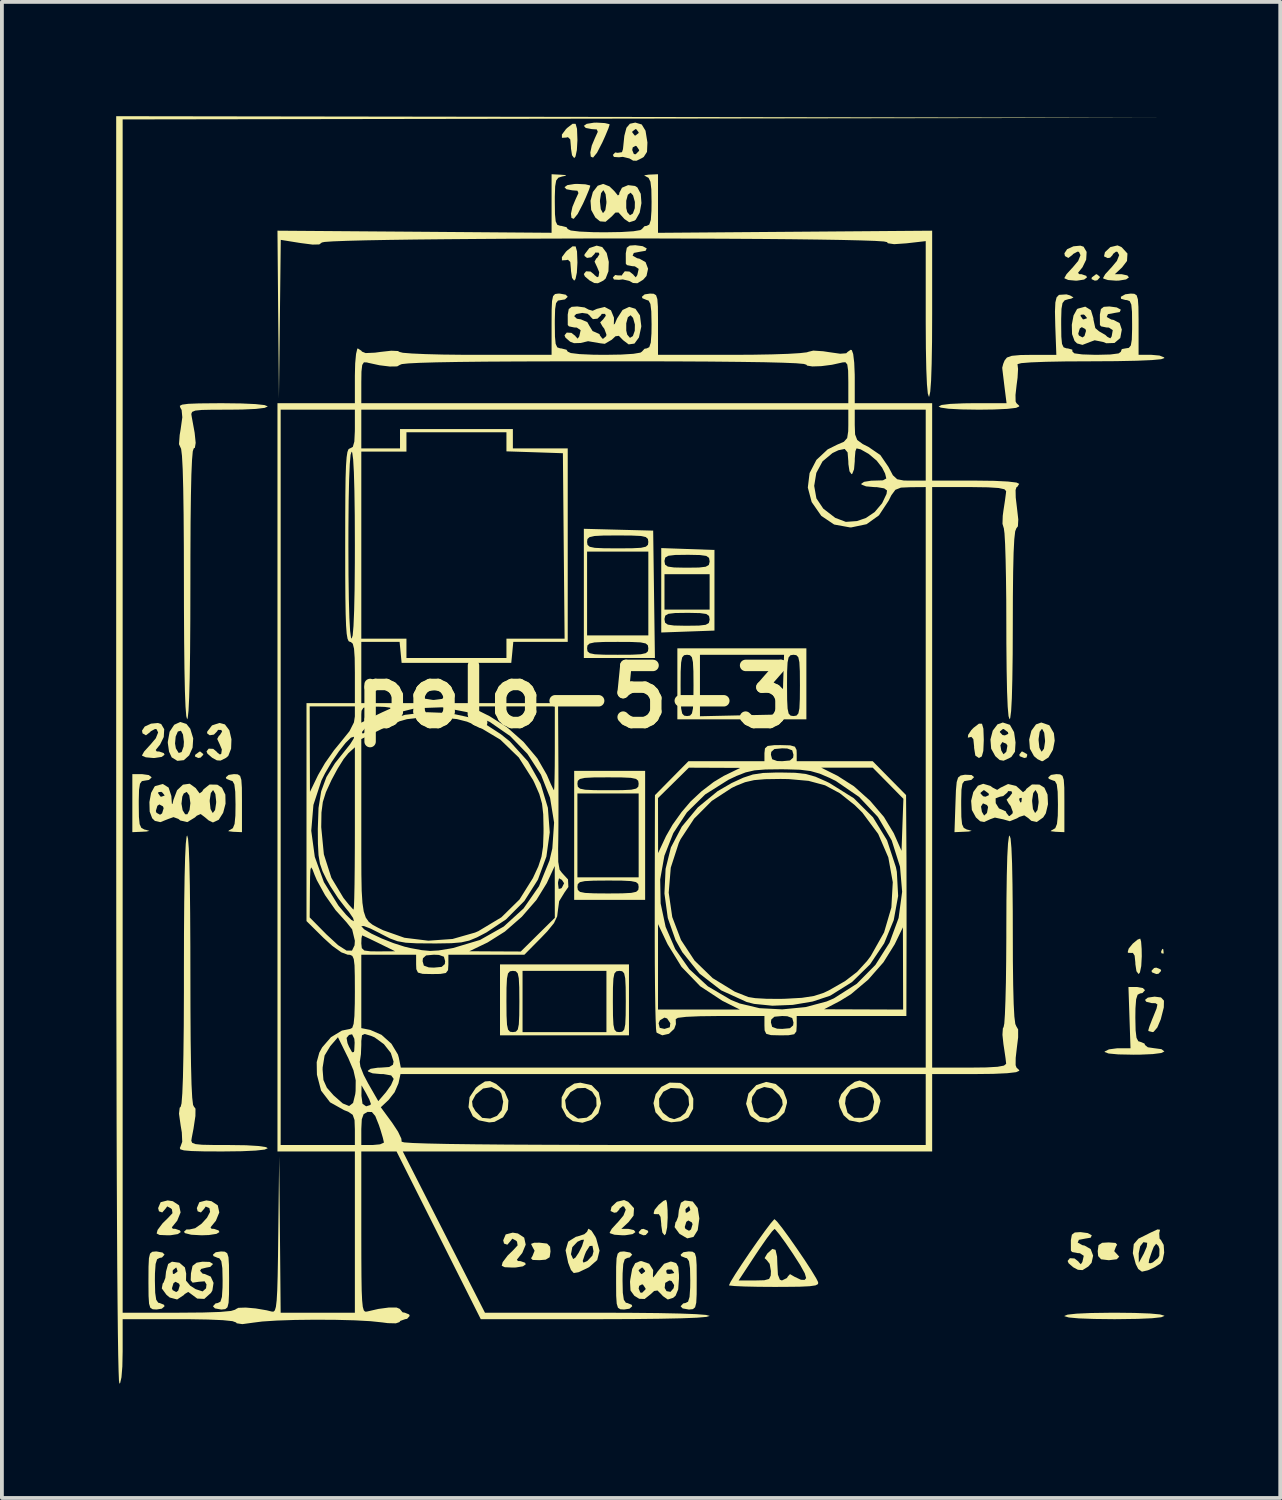
<source format=kicad_pcb>
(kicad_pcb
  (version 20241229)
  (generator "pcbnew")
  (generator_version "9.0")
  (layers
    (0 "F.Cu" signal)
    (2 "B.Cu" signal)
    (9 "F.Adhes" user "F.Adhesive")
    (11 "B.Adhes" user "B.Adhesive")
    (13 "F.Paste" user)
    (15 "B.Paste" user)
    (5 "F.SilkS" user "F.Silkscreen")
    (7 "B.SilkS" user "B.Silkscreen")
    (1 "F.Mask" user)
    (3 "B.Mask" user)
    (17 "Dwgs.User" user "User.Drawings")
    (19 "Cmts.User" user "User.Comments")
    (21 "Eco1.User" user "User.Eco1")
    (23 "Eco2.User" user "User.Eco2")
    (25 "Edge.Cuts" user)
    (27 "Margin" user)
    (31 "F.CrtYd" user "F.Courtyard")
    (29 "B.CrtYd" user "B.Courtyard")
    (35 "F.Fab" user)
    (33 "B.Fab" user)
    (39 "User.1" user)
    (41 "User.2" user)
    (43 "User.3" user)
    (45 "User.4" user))
  (footprint "polo-5-3"
    (layer "F.Cu")
    (at 12.023 15.24)
    (property "Reference" "polo-5-3" (at 0 0 0) (layer "F.SilkS") (effects (font (size 1.5 1.5) (thickness 0.3))))
    (attr board_only exclude_from_pos_files exclude_from_bom)
    (fp_poly (pts (xy 15.466 6.632) (xy 15.476 6.733) (xy 15.466 6.745) (xy 15.415 6.733) (xy 15.409 6.689) (xy 15.44 6.619)) (stroke (width 0) (type solid)) (fill yes) (layer "F.SilkS"))
    (fp_poly (pts (xy -9.739 1.504) (xy -9.737 1.524) (xy -9.806 1.598) (xy -9.869 1.609) (xy -9.956 1.568) (xy -9.948 1.524) (xy -9.84 1.443) (xy -9.816 1.439)) (stroke (width 0) (type solid)) (fill yes) (layer "F.SilkS"))
    (fp_poly (pts (xy 1.933 14.016) (xy 1.947 14.055) (xy 1.879 14.13) (xy 1.82 14.139) (xy 1.708 14.094) (xy 1.693 14.055) (xy 1.762 13.98) (xy 1.82 13.97)) (stroke (width 0) (type solid)) (fill yes) (layer "F.SilkS"))
    (fp_poly (pts (xy 11.878 1.501) (xy 11.896 1.524) (xy 11.876 1.596) (xy 11.816 1.609) (xy 11.7 1.564) (xy 11.684 1.524) (xy 11.745 1.442) (xy 11.764 1.439)) (stroke (width 0) (type solid)) (fill yes) (layer "F.SilkS"))
    (fp_poly (pts (xy 13.798 -11.027) (xy 13.801 -11.007) (xy 13.732 -10.932) (xy 13.669 -10.922) (xy 13.581 -10.963) (xy 13.589 -11.007) (xy 13.697 -11.088) (xy 13.721 -11.091)) (stroke (width 0) (type solid)) (fill yes) (layer "F.SilkS"))
    (fp_poly (pts (xy 15.395 7.158) (xy 15.409 7.197) (xy 15.341 7.272) (xy 15.282 7.281) (xy 15.17 7.236) (xy 15.155 7.197) (xy 15.224 7.122) (xy 15.282 7.112)) (stroke (width 0) (type solid)) (fill yes) (layer "F.SilkS"))
    (fp_poly (pts (xy -0.711 14.356) (xy -0.633 14.438) (xy -0.621 14.563) (xy -0.644 14.715) (xy -0.746 14.778) (xy -0.907 14.792) (xy -1.09 14.786) (xy -1.132 14.742) (xy -1.094 14.681) (xy -1.039 14.544) (xy -1.094 14.444) (xy -1.133 14.365) (xy -1.05 14.334) (xy -0.907 14.333)) (stroke (width 0) (type solid)) (fill yes) (layer "F.SilkS"))
    (fp_poly (pts (xy 14.213 14.339) (xy 14.254 14.387) (xy 14.223 14.437) (xy 14.178 14.556) (xy 14.22 14.602) (xy 14.309 14.699) (xy 14.245 14.768) (xy 14.046 14.792) (xy 14.026 14.792) (xy 13.833 14.769) (xy 13.756 14.685) (xy 13.744 14.555) (xy 13.765 14.398) (xy 13.86 14.336) (xy 14.03 14.326)) (stroke (width 0) (type solid)) (fill yes) (layer "F.SilkS"))
    (fp_poly (pts (xy 0.038 -15.039) (xy 0.075 -14.908) (xy 0.085 -14.628) (xy 0.085 -14.605) (xy 0.071 -14.35) (xy 0.035 -14.181) (xy 0 -14.139) (xy -0.056 -14.214) (xy -0.084 -14.396) (xy -0.085 -14.433) (xy -0.102 -14.629) (xy -0.163 -14.689) (xy -0.212 -14.678) (xy -0.321 -14.672) (xy -0.322 -14.758) (xy -0.218 -14.897) (xy -0.184 -14.931) (xy -0.043 -15.04)) (stroke (width 0) (type solid)) (fill yes) (layer "F.SilkS"))
    (fp_poly (pts (xy 0.038 -11.821) (xy 0.075 -11.69) (xy 0.085 -11.41) (xy 0.085 -11.388) (xy 0.071 -11.133) (xy 0.035 -10.964) (xy 0 -10.922) (xy -0.056 -10.996) (xy -0.084 -11.179) (xy -0.085 -11.216) (xy -0.102 -11.412) (xy -0.163 -11.471) (xy -0.212 -11.461) (xy -0.321 -11.455) (xy -0.322 -11.54) (xy -0.218 -11.68) (xy -0.184 -11.713) (xy -0.043 -11.823)) (stroke (width 0) (type solid)) (fill yes) (layer "F.SilkS"))
    (fp_poly (pts (xy 2.437 13.285) (xy 2.452 13.482) (xy 2.455 13.674) (xy 2.441 13.929) (xy 2.406 14.098) (xy 2.371 14.139) (xy 2.315 14.065) (xy 2.287 13.881) (xy 2.286 13.838) (xy 2.267 13.655) (xy 2.22 13.581) (xy 2.207 13.585) (xy 2.101 13.582) (xy 2.085 13.563) (xy 2.111 13.471) (xy 2.217 13.341) (xy 2.344 13.235) (xy 2.414 13.208)) (stroke (width 0) (type solid)) (fill yes) (layer "F.SilkS"))
    (fp_poly (pts (xy 10.706 0.709) (xy 10.743 0.84) (xy 10.753 1.12) (xy 10.753 1.143) (xy 10.741 1.424) (xy 10.701 1.568) (xy 10.626 1.609) (xy 10.532 1.546) (xy 10.499 1.343) (xy 10.499 1.307) (xy 10.479 1.115) (xy 10.426 1.053) (xy 10.414 1.058) (xy 10.335 1.075) (xy 10.343 1) (xy 10.425 0.878) (xy 10.484 0.817) (xy 10.625 0.708)) (stroke (width 0) (type solid)) (fill yes) (layer "F.SilkS"))
    (fp_poly (pts (xy 14.883 6.427) (xy 14.898 6.624) (xy 14.901 6.816) (xy 14.887 7.071) (xy 14.852 7.24) (xy 14.817 7.281) (xy 14.761 7.207) (xy 14.733 7.023) (xy 14.732 6.98) (xy 14.713 6.797) (xy 14.666 6.723) (xy 14.653 6.727) (xy 14.547 6.724) (xy 14.531 6.705) (xy 14.557 6.613) (xy 14.663 6.483) (xy 14.79 6.377) (xy 14.86 6.35)) (stroke (width 0) (type solid)) (fill yes) (layer "F.SilkS"))
    (fp_poly (pts (xy 0.297 -13.451) (xy 0.415 -13.422) (xy 0.423 -13.411) (xy 0.391 -13.311) (xy 0.307 -13.109) (xy 0.233 -12.945) (xy 0.092 -12.672) (xy -0.012 -12.545) (xy -0.072 -12.569) (xy -0.084 -12.679) (xy -0.046 -12.859) (xy 0.038 -13.06) (xy 0.112 -13.221) (xy 0.086 -13.283) (xy -0.047 -13.293) (xy -0.204 -13.322) (xy -0.254 -13.377) (xy -0.179 -13.43) (xy 0.009 -13.46) (xy 0.085 -13.462)) (stroke (width 0) (type solid)) (fill yes) (layer "F.SilkS"))
    (fp_poly (pts (xy 0.805 -15.059) (xy 0.923 -15.031) (xy 0.931 -15.019) (xy 0.899 -14.919) (xy 0.815 -14.718) (xy 0.741 -14.554) (xy 0.6 -14.28) (xy 0.496 -14.153) (xy 0.436 -14.178) (xy 0.424 -14.287) (xy 0.462 -14.468) (xy 0.546 -14.668) (xy 0.62 -14.83) (xy 0.594 -14.892) (xy 0.461 -14.901) (xy 0.304 -14.931) (xy 0.254 -14.986) (xy 0.329 -15.039) (xy 0.517 -15.069) (xy 0.593 -15.071)) (stroke (width 0) (type solid)) (fill yes) (layer "F.SilkS"))
    (fp_poly (pts (xy 14.71 16.177) (xy 15.114 16.192) (xy 15.379 16.216) (xy 15.491 16.249) (xy 15.494 16.256) (xy 15.412 16.29) (xy 15.174 16.316) (xy 14.795 16.333) (xy 14.288 16.34) (xy 14.182 16.341) (xy 13.653 16.335) (xy 13.249 16.32) (xy 12.984 16.296) (xy 12.872 16.263) (xy 12.869 16.256) (xy 12.952 16.222) (xy 13.189 16.196) (xy 13.568 16.179) (xy 14.075 16.172) (xy 14.182 16.171)) (stroke (width 0) (type solid)) (fill yes) (layer "F.SilkS"))
    (fp_poly (pts (xy -11.167 2.057) (xy -11.091 2.116) (xy -11.091 2.117) (xy -11.162 2.185) (xy -11.261 2.201) (xy -11.348 2.216) (xy -11.398 2.285) (xy -11.423 2.443) (xy -11.43 2.725) (xy -11.43 2.83) (xy -11.426 3.154) (xy -11.407 3.346) (xy -11.362 3.444) (xy -11.281 3.487) (xy -11.239 3.496) (xy -11.152 3.522) (xy -11.226 3.539) (xy -11.324 3.544) (xy -11.599 3.556) (xy -11.599 2.794) (xy -11.599 2.032) (xy -11.345 2.032)) (stroke (width 0) (type solid)) (fill yes) (layer "F.SilkS"))
    (fp_poly (pts (xy 15.406 7.895) (xy 15.483 7.979) (xy 15.479 8.157) (xy 15.402 8.459) (xy 15.396 8.478) (xy 15.309 8.684) (xy 15.211 8.798) (xy 15.184 8.805) (xy 15.08 8.778) (xy 15.071 8.76) (xy 15.1 8.66) (xy 15.174 8.468) (xy 15.198 8.411) (xy 15.288 8.188) (xy 15.311 8.08) (xy 15.262 8.046) (xy 15.155 8.043) (xy 15.018 8.008) (xy 14.986 7.959) (xy 15.06 7.899) (xy 15.237 7.874) (xy 15.24 7.874)) (stroke (width 0) (type solid)) (fill yes) (layer "F.SilkS"))
    (fp_poly (pts (xy -8.832 2.038) (xy -8.77 2.078) (xy -8.737 2.184) (xy -8.723 2.39) (xy -8.721 2.727) (xy -8.721 2.794) (xy -8.721 3.556) (xy -8.954 3.546) (xy -9.082 3.53) (xy -9.05 3.501) (xy -9.038 3.498) (xy -8.96 3.451) (xy -8.915 3.339) (xy -8.894 3.124) (xy -8.89 2.83) (xy -8.897 2.497) (xy -8.921 2.302) (xy -8.969 2.215) (xy -9.017 2.201) (xy -9.13 2.156) (xy -9.144 2.117) (xy -9.072 2.053) (xy -8.932 2.032)) (stroke (width 0) (type solid)) (fill yes) (layer "F.SilkS"))
    (fp_poly (pts (xy 12.758 2.038) (xy 12.82 2.078) (xy 12.853 2.184) (xy 12.867 2.39) (xy 12.869 2.727) (xy 12.869 2.794) (xy 12.869 3.556) (xy 12.636 3.546) (xy 12.508 3.53) (xy 12.54 3.501) (xy 12.552 3.498) (xy 12.63 3.451) (xy 12.675 3.339) (xy 12.696 3.124) (xy 12.7 2.83) (xy 12.693 2.497) (xy 12.669 2.302) (xy 12.621 2.215) (xy 12.573 2.201) (xy 12.46 2.156) (xy 12.446 2.117) (xy 12.518 2.053) (xy 12.658 2.032)) (stroke (width 0) (type solid)) (fill yes) (layer "F.SilkS"))
    (fp_poly (pts (xy 10.434 2.056) (xy 10.499 2.111) (xy 10.428 2.184) (xy 10.329 2.201) (xy 10.242 2.216) (xy 10.192 2.285) (xy 10.167 2.443) (xy 10.16 2.725) (xy 10.16 2.83) (xy 10.164 3.154) (xy 10.183 3.346) (xy 10.228 3.444) (xy 10.309 3.487) (xy 10.351 3.496) (xy 10.436 3.522) (xy 10.359 3.539) (xy 10.263 3.544) (xy 9.984 3.556) (xy 10.009 2.815) (xy 10.022 2.46) (xy 10.042 2.241) (xy 10.079 2.122) (xy 10.145 2.069) (xy 10.252 2.049) (xy 10.266 2.048)) (stroke (width 0) (type solid)) (fill yes) (layer "F.SilkS"))
    (fp_poly (pts (xy -10.179 0.715) (xy -10.078 0.841) (xy -10.001 1.094) (xy -10.017 1.338) (xy -10.106 1.539) (xy -10.247 1.666) (xy -10.417 1.684) (xy -10.566 1.592) (xy -10.635 1.443) (xy -10.666 1.228) (xy -10.478 1.228) (xy -10.456 1.356) (xy -10.382 1.477) (xy -10.305 1.453) (xy -10.253 1.305) (xy -10.245 1.185) (xy -10.269 0.993) (xy -10.323 0.893) (xy -10.404 0.914) (xy -10.461 1.045) (xy -10.478 1.228) (xy -10.666 1.228) (xy -10.668 1.215) (xy -10.668 1.185) (xy -10.62 0.918) (xy -10.5 0.737) (xy -10.342 0.663)) (stroke (width 0) (type solid)) (fill yes) (layer "F.SilkS"))
    (fp_poly (pts (xy -10.805 14.592) (xy -10.753 14.647) (xy -10.821 14.722) (xy -10.88 14.732) (xy -10.949 14.767) (xy -10.988 14.892) (xy -11.005 15.139) (xy -11.007 15.325) (xy -10.999 15.647) (xy -10.972 15.831) (xy -10.919 15.909) (xy -10.88 15.917) (xy -10.767 15.963) (xy -10.753 16.002) (xy -10.825 16.066) (xy -10.964 16.087) (xy -11.065 16.081) (xy -11.127 16.041) (xy -11.16 15.934) (xy -11.173 15.729) (xy -11.176 15.392) (xy -11.176 15.325) (xy -11.174 14.964) (xy -11.163 14.74) (xy -11.134 14.62) (xy -11.077 14.572) (xy -10.983 14.563) (xy -10.964 14.563)) (stroke (width 0) (type solid)) (fill yes) (layer "F.SilkS"))
    (fp_poly (pts (xy -9.171 14.569) (xy -9.109 14.609) (xy -9.075 14.715) (xy -9.062 14.92) (xy -9.059 15.257) (xy -9.059 15.325) (xy -9.061 15.685) (xy -9.072 15.909) (xy -9.102 16.029) (xy -9.159 16.077) (xy -9.252 16.087) (xy -9.271 16.087) (xy -9.43 16.058) (xy -9.483 16.002) (xy -9.414 15.927) (xy -9.356 15.917) (xy -9.287 15.882) (xy -9.247 15.757) (xy -9.231 15.51) (xy -9.229 15.325) (xy -9.236 15.003) (xy -9.263 14.818) (xy -9.316 14.741) (xy -9.356 14.732) (xy -9.468 14.686) (xy -9.483 14.647) (xy -9.41 14.584) (xy -9.271 14.563)) (stroke (width 0) (type solid)) (fill yes) (layer "F.SilkS"))
    (fp_poly (pts (xy 0.459 10.198) (xy 0.645 10.389) (xy 0.706 10.676) (xy 0.635 10.932) (xy 0.456 11.107) (xy 0.217 11.184) (xy -0.033 11.142) (xy -0.199 11.021) (xy -0.33 10.774) (xy -0.329 10.589) (xy -0.238 10.589) (xy -0.209 10.804) (xy -0.114 10.937) (xy 0.102 11.075) (xy 0.33 11.051) (xy 0.46 10.958) (xy 0.587 10.745) (xy 0.58 10.536) (xy 0.471 10.367) (xy 0.292 10.27) (xy 0.077 10.279) (xy -0.099 10.385) (xy -0.238 10.589) (xy -0.329 10.589) (xy -0.328 10.517) (xy -0.211 10.295) (xy 0.002 10.156) (xy 0.161 10.132)) (stroke (width 0) (type solid)) (fill yes) (layer "F.SilkS"))
    (fp_poly (pts (xy 1.471 14.592) (xy 1.524 14.647) (xy 1.455 14.722) (xy 1.397 14.732) (xy 1.328 14.767) (xy 1.289 14.892) (xy 1.272 15.139) (xy 1.27 15.325) (xy 1.277 15.647) (xy 1.304 15.831) (xy 1.357 15.909) (xy 1.397 15.917) (xy 1.51 15.963) (xy 1.524 16.002) (xy 1.452 16.066) (xy 1.312 16.087) (xy 1.212 16.081) (xy 1.15 16.041) (xy 1.117 15.934) (xy 1.103 15.729) (xy 1.101 15.392) (xy 1.101 15.325) (xy 1.102 14.964) (xy 1.113 14.74) (xy 1.143 14.62) (xy 1.2 14.572) (xy 1.294 14.563) (xy 1.312 14.563)) (stroke (width 0) (type solid)) (fill yes) (layer "F.SilkS"))
    (fp_poly (pts (xy 3.106 14.569) (xy 3.168 14.609) (xy 3.201 14.715) (xy 3.215 14.92) (xy 3.217 15.257) (xy 3.217 15.325) (xy 3.216 15.685) (xy 3.205 15.909) (xy 3.175 16.029) (xy 3.118 16.077) (xy 3.024 16.087) (xy 3.006 16.087) (xy 2.847 16.058) (xy 2.794 16.002) (xy 2.863 15.927) (xy 2.921 15.917) (xy 2.99 15.882) (xy 3.029 15.757) (xy 3.046 15.51) (xy 3.048 15.325) (xy 3.041 15.003) (xy 3.014 14.818) (xy 2.961 14.741) (xy 2.921 14.732) (xy 2.808 14.686) (xy 2.794 14.647) (xy 2.866 14.584) (xy 3.006 14.563)) (stroke (width 0) (type solid)) (fill yes) (layer "F.SilkS"))
    (fp_poly (pts (xy -10.536 13.244) (xy -10.372 13.353) (xy -10.332 13.538) (xy -10.421 13.756) (xy -10.469 13.815) (xy -10.562 13.93) (xy -10.537 13.967) (xy -10.469 13.97) (xy -10.349 14.012) (xy -10.329 14.055) (xy -10.404 14.107) (xy -10.592 14.137) (xy -10.671 14.139) (xy -10.884 14.13) (xy -10.961 14.091) (xy -10.937 14.002) (xy -10.931 13.991) (xy -10.805 13.824) (xy -10.665 13.687) (xy -10.545 13.558) (xy -10.559 13.46) (xy -10.584 13.433) (xy -10.683 13.38) (xy -10.728 13.441) (xy -10.814 13.539) (xy -10.9 13.509) (xy -10.922 13.425) (xy -10.856 13.27) (xy -10.672 13.223)) (stroke (width 0) (type solid)) (fill yes) (layer "F.SilkS"))
    (fp_poly (pts (xy -1.477 14.091) (xy -1.312 14.2) (xy -1.272 14.385) (xy -1.362 14.602) (xy -1.41 14.662) (xy -1.503 14.777) (xy -1.478 14.814) (xy -1.41 14.817) (xy -1.289 14.859) (xy -1.27 14.901) (xy -1.345 14.954) (xy -1.533 14.984) (xy -1.612 14.986) (xy -1.824 14.977) (xy -1.902 14.938) (xy -1.878 14.848) (xy -1.872 14.838) (xy -1.746 14.671) (xy -1.605 14.534) (xy -1.485 14.404) (xy -1.5 14.307) (xy -1.525 14.28) (xy -1.624 14.227) (xy -1.669 14.287) (xy -1.754 14.386) (xy -1.841 14.356) (xy -1.863 14.271) (xy -1.797 14.116) (xy -1.613 14.069)) (stroke (width 0) (type solid)) (fill yes) (layer "F.SilkS"))
    (fp_poly (pts (xy 12.474 0.749) (xy 12.593 0.955) (xy 12.615 1.154) (xy 12.568 1.395) (xy 12.452 1.594) (xy 12.302 1.691) (xy 12.277 1.693) (xy 12.165 1.64) (xy 12.071 1.56) (xy 11.964 1.365) (xy 11.946 1.143) (xy 12.192 1.143) (xy 12.213 1.339) (xy 12.266 1.437) (xy 12.277 1.439) (xy 12.333 1.365) (xy 12.361 1.182) (xy 12.361 1.143) (xy 12.34 0.947) (xy 12.288 0.849) (xy 12.277 0.847) (xy 12.221 0.921) (xy 12.193 1.104) (xy 12.192 1.143) (xy 11.946 1.143) (xy 11.945 1.124) (xy 12.002 0.893) (xy 12.124 0.727) (xy 12.263 0.677)) (stroke (width 0) (type solid)) (fill yes) (layer "F.SilkS"))
    (fp_poly (pts (xy -9.52 13.244) (xy -9.356 13.353) (xy -9.316 13.538) (xy -9.405 13.756) (xy -9.453 13.815) (xy -9.546 13.93) (xy -9.521 13.967) (xy -9.453 13.97) (xy -9.333 14.012) (xy -9.313 14.055) (xy -9.39 14.101) (xy -9.587 14.132) (xy -9.779 14.139) (xy -10.053 14.124) (xy -10.215 14.083) (xy -10.245 14.048) (xy -10.178 13.985) (xy -10.099 13.986) (xy -9.95 13.953) (xy -9.782 13.835) (xy -9.638 13.677) (xy -9.558 13.524) (xy -9.576 13.426) (xy -9.673 13.384) (xy -9.712 13.441) (xy -9.798 13.539) (xy -9.884 13.509) (xy -9.906 13.425) (xy -9.84 13.27) (xy -9.656 13.223)) (stroke (width 0) (type solid)) (fill yes) (layer "F.SilkS"))
    (fp_poly (pts (xy 1.418 13.26) (xy 1.571 13.427) (xy 1.559 13.622) (xy 1.428 13.793) (xy 1.238 13.97) (xy 1.423 13.97) (xy 1.569 14.003) (xy 1.609 14.055) (xy 1.534 14.108) (xy 1.346 14.137) (xy 1.27 14.139) (xy 1.058 14.124) (xy 0.94 14.085) (xy 0.931 14.069) (xy 0.987 13.969) (xy 1.125 13.818) (xy 1.143 13.801) (xy 1.294 13.62) (xy 1.354 13.468) (xy 1.309 13.384) (xy 1.27 13.377) (xy 1.188 13.442) (xy 1.185 13.462) (xy 1.116 13.536) (xy 1.051 13.547) (xy 0.955 13.501) (xy 0.98 13.392) (xy 1.114 13.265) (xy 1.127 13.257) (xy 1.311 13.214)) (stroke (width 0) (type solid)) (fill yes) (layer "F.SilkS"))
    (fp_poly (pts (xy 5.291 10.167) (xy 5.487 10.336) (xy 5.584 10.594) (xy 5.588 10.661) (xy 5.518 10.915) (xy 5.341 11.092) (xy 5.104 11.178) (xy 4.856 11.157) (xy 4.645 11.015) (xy 4.607 10.965) (xy 4.513 10.687) (xy 4.525 10.637) (xy 4.657 10.637) (xy 4.72 10.882) (xy 4.879 11.033) (xy 5.085 11.073) (xy 5.29 10.986) (xy 5.384 10.88) (xy 5.474 10.714) (xy 5.459 10.584) (xy 5.384 10.456) (xy 5.198 10.286) (xy 4.985 10.246) (xy 4.794 10.323) (xy 4.674 10.506) (xy 4.657 10.637) (xy 4.525 10.637) (xy 4.575 10.416) (xy 4.781 10.196) (xy 5.04 10.112)) (stroke (width 0) (type solid)) (fill yes) (layer "F.SilkS"))
    (fp_poly (pts (xy 14.372 -11.801) (xy 14.525 -11.635) (xy 14.513 -11.439) (xy 14.382 -11.268) (xy 14.192 -11.091) (xy 14.377 -11.091) (xy 14.523 -11.059) (xy 14.563 -11.007) (xy 14.488 -10.954) (xy 14.3 -10.924) (xy 14.224 -10.922) (xy 14.012 -10.938) (xy 13.894 -10.976) (xy 13.885 -10.992) (xy 13.941 -11.092) (xy 14.079 -11.243) (xy 14.097 -11.261) (xy 14.248 -11.441) (xy 14.308 -11.593) (xy 14.263 -11.678) (xy 14.224 -11.684) (xy 14.142 -11.62) (xy 14.139 -11.599) (xy 14.07 -11.525) (xy 14.005 -11.515) (xy 13.909 -11.56) (xy 13.934 -11.669) (xy 14.068 -11.796) (xy 14.081 -11.805) (xy 14.265 -11.848)) (stroke (width 0) (type solid)) (fill yes) (layer "F.SilkS"))
    (fp_poly (pts (xy -10.842 0.717) (xy -10.762 0.853) (xy -10.774 1.058) (xy -10.872 1.26) (xy -10.893 1.284) (xy -10.986 1.399) (xy -10.96 1.436) (xy -10.893 1.439) (xy -10.772 1.481) (xy -10.753 1.524) (xy -10.827 1.58) (xy -11.01 1.608) (xy -11.049 1.609) (xy -11.245 1.591) (xy -11.343 1.548) (xy -11.345 1.539) (xy -11.289 1.439) (xy -11.152 1.288) (xy -11.134 1.27) (xy -10.983 1.091) (xy -10.922 0.939) (xy -10.963 0.853) (xy -11.002 0.847) (xy -11.116 0.908) (xy -11.134 0.931) (xy -11.242 1.013) (xy -11.331 0.962) (xy -11.345 0.891) (xy -11.273 0.783) (xy -11.108 0.707) (xy -10.926 0.69)) (stroke (width 0) (type solid)) (fill yes) (layer "F.SilkS"))
    (fp_poly (pts (xy 2.773 10.138) (xy 2.825 10.156) (xy 3.024 10.311) (xy 3.128 10.553) (xy 3.123 10.818) (xy 3 11.043) (xy 2.802 11.145) (xy 2.546 11.173) (xy 2.328 11.116) (xy 2.32 11.111) (xy 2.135 10.909) (xy 2.082 10.67) (xy 2.112 10.55) (xy 2.229 10.55) (xy 2.235 10.766) (xy 2.331 10.925) (xy 2.497 11.052) (xy 2.625 11.091) (xy 2.787 11.032) (xy 2.918 10.925) (xy 3.018 10.716) (xy 2.999 10.495) (xy 2.873 10.326) (xy 2.794 10.287) (xy 2.537 10.271) (xy 2.339 10.372) (xy 2.229 10.55) (xy 2.112 10.55) (xy 2.14 10.435) (xy 2.288 10.242) (xy 2.506 10.13)) (stroke (width 0) (type solid)) (fill yes) (layer "F.SilkS"))
    (fp_poly (pts (xy 7.674 10.141) (xy 7.865 10.298) (xy 8.006 10.488) (xy 8.043 10.613) (xy 7.971 10.904) (xy 7.776 11.103) (xy 7.493 11.176) (xy 7.223 11.122) (xy 7.074 10.988) (xy 6.973 10.774) (xy 6.955 10.681) (xy 7.112 10.681) (xy 7.177 10.923) (xy 7.348 11.054) (xy 7.587 11.054) (xy 7.71 11.004) (xy 7.834 10.854) (xy 7.874 10.632) (xy 7.824 10.417) (xy 7.772 10.346) (xy 7.607 10.261) (xy 7.493 10.245) (xy 7.261 10.313) (xy 7.133 10.509) (xy 7.112 10.681) (xy 6.955 10.681) (xy 6.943 10.613) (xy 7.01 10.436) (xy 7.171 10.25) (xy 7.365 10.111) (xy 7.493 10.075)) (stroke (width 0) (type solid)) (fill yes) (layer "F.SilkS"))
    (fp_poly (pts (xy 13.373 -11.814) (xy 13.453 -11.677) (xy 13.441 -11.473) (xy 13.343 -11.271) (xy 13.322 -11.246) (xy 13.229 -11.131) (xy 13.254 -11.094) (xy 13.322 -11.091) (xy 13.443 -11.049) (xy 13.462 -11.007) (xy 13.388 -10.951) (xy 13.205 -10.923) (xy 13.166 -10.922) (xy 12.97 -10.94) (xy 12.872 -10.983) (xy 12.869 -10.992) (xy 12.925 -11.092) (xy 13.063 -11.243) (xy 13.081 -11.261) (xy 13.231 -11.44) (xy 13.292 -11.592) (xy 13.252 -11.677) (xy 13.213 -11.684) (xy 13.098 -11.622) (xy 13.081 -11.599) (xy 12.973 -11.518) (xy 12.884 -11.568) (xy 12.869 -11.64) (xy 12.941 -11.748) (xy 13.107 -11.824) (xy 13.289 -11.841)) (stroke (width 0) (type solid)) (fill yes) (layer "F.SilkS"))
    (fp_poly (pts (xy -9.169 0.727) (xy -9.052 0.882) (xy -8.997 1.116) (xy -9.006 1.363) (xy -9.08 1.554) (xy -9.14 1.606) (xy -9.283 1.677) (xy -9.379 1.671) (xy -9.504 1.602) (xy -9.626 1.496) (xy -9.652 1.435) (xy -9.594 1.363) (xy -9.475 1.369) (xy -9.38 1.448) (xy -9.374 1.46) (xy -9.3 1.518) (xy -9.265 1.499) (xy -9.249 1.385) (xy -9.303 1.255) (xy -9.371 1.109) (xy -9.325 1.025) (xy -9.302 1.009) (xy -9.243 0.915) (xy -9.264 0.872) (xy -9.35 0.871) (xy -9.374 0.91) (xy -9.457 0.995) (xy -9.569 1.012) (xy -9.637 0.96) (xy -9.633 0.916) (xy -9.507 0.753) (xy -9.315 0.689)) (stroke (width 0) (type solid)) (fill yes) (layer "F.SilkS"))
    (fp_poly (pts (xy -2.05 10.164) (xy -1.827 10.361) (xy -1.726 10.601) (xy -1.742 10.842) (xy -1.867 11.042) (xy -2.092 11.161) (xy -2.232 11.176) (xy -2.506 11.12) (xy -2.66 11.014) (xy -2.774 10.776) (xy -2.757 10.622) (xy -2.68 10.622) (xy -2.665 10.752) (xy -2.59 10.88) (xy -2.414 11.056) (xy -2.203 11.075) (xy -2.026 11.004) (xy -1.903 10.854) (xy -1.863 10.632) (xy -1.913 10.417) (xy -1.964 10.346) (xy -2.166 10.249) (xy -2.392 10.286) (xy -2.583 10.445) (xy -2.59 10.456) (xy -2.68 10.622) (xy -2.757 10.622) (xy -2.745 10.512) (xy -2.583 10.269) (xy -2.515 10.212) (xy -2.341 10.1) (xy -2.209 10.09)) (stroke (width 0) (type solid)) (fill yes) (layer "F.SilkS"))
    (fp_poly (pts (xy 0.737 -11.804) (xy 0.854 -11.649) (xy 0.909 -11.415) (xy 0.9 -11.168) (xy 0.826 -10.977) (xy 0.766 -10.924) (xy 0.623 -10.854) (xy 0.527 -10.86) (xy 0.402 -10.929) (xy 0.28 -11.035) (xy 0.254 -11.096) (xy 0.312 -11.168) (xy 0.431 -11.161) (xy 0.526 -11.083) (xy 0.532 -11.07) (xy 0.606 -11.013) (xy 0.641 -11.032) (xy 0.657 -11.145) (xy 0.603 -11.276) (xy 0.535 -11.422) (xy 0.581 -11.506) (xy 0.604 -11.521) (xy 0.663 -11.616) (xy 0.642 -11.658) (xy 0.556 -11.66) (xy 0.532 -11.62) (xy 0.449 -11.536) (xy 0.337 -11.519) (xy 0.269 -11.571) (xy 0.273 -11.614) (xy 0.399 -11.778) (xy 0.591 -11.842)) (stroke (width 0) (type solid)) (fill yes) (layer "F.SilkS"))
    (fp_poly (pts (xy 13.483 14.081) (xy 13.589 14.139) (xy 13.559 14.202) (xy 13.425 14.224) (xy 13.25 14.258) (xy 13.219 14.33) (xy 13.338 14.397) (xy 13.399 14.409) (xy 13.559 14.5) (xy 13.624 14.673) (xy 13.583 14.862) (xy 13.496 14.96) (xy 13.345 15.053) (xy 13.224 15.044) (xy 13.102 14.979) (xy 12.98 14.873) (xy 12.954 14.812) (xy 13.013 14.74) (xy 13.135 14.747) (xy 13.238 14.827) (xy 13.243 14.838) (xy 13.3 14.899) (xy 13.341 14.84) (xy 13.378 14.677) (xy 13.278 14.61) (xy 13.208 14.605) (xy 13.071 14.578) (xy 13.04 14.541) (xy 13.039 14.268) (xy 13.066 14.122) (xy 13.142 14.065) (xy 13.288 14.055)) (stroke (width 0) (type solid)) (fill yes) (layer "F.SilkS"))
    (fp_poly (pts (xy 14.93 7.648) (xy 14.986 7.705) (xy 14.917 7.78) (xy 14.859 7.789) (xy 14.792 7.823) (xy 14.753 7.943) (xy 14.735 8.181) (xy 14.732 8.424) (xy 14.739 8.759) (xy 14.763 8.956) (xy 14.81 9.045) (xy 14.859 9.059) (xy 14.972 9.105) (xy 14.986 9.144) (xy 15.06 9.203) (xy 15.237 9.229) (xy 15.24 9.229) (xy 15.418 9.253) (xy 15.494 9.312) (xy 15.494 9.313) (xy 15.414 9.353) (xy 15.19 9.382) (xy 14.849 9.397) (xy 14.685 9.398) (xy 14.283 9.39) (xy 14.027 9.366) (xy 13.926 9.327) (xy 13.928 9.313) (xy 14.039 9.258) (xy 14.247 9.23) (xy 14.292 9.229) (xy 14.605 9.229) (xy 14.578 8.425) (xy 14.551 7.62) (xy 14.769 7.62)) (stroke (width 0) (type solid)) (fill yes) (layer "F.SilkS"))
    (fp_poly (pts (xy 11.439 0.738) (xy 11.548 0.93) (xy 11.587 1.202) (xy 11.572 1.444) (xy 11.478 1.58) (xy 11.438 1.604) (xy 11.274 1.68) (xy 11.169 1.662) (xy 11.055 1.56) (xy 10.947 1.363) (xy 10.94 1.274) (xy 11.189 1.274) (xy 11.212 1.412) (xy 11.27 1.511) (xy 11.336 1.454) (xy 11.346 1.438) (xy 11.374 1.285) (xy 11.343 1.234) (xy 11.24 1.191) (xy 11.189 1.274) (xy 10.94 1.274) (xy 10.928 1.122) (xy 10.978 0.931) (xy 11.176 0.931) (xy 11.245 1.006) (xy 11.308 1.016) (xy 11.396 0.975) (xy 11.388 0.931) (xy 11.279 0.85) (xy 11.256 0.847) (xy 11.178 0.911) (xy 11.176 0.931) (xy 10.978 0.931) (xy 10.988 0.891) (xy 11.113 0.726) (xy 11.253 0.677)) (stroke (width 0) (type solid)) (fill yes) (layer "F.SilkS"))
    (fp_poly (pts (xy 3.112 13.252) (xy 3.243 13.422) (xy 3.286 13.698) (xy 3.244 14.003) (xy 3.133 14.181) (xy 2.969 14.22) (xy 2.772 14.105) (xy 2.758 14.091) (xy 2.637 13.926) (xy 2.637 13.922) (xy 2.903 13.922) (xy 2.921 13.97) (xy 3.015 14.02) (xy 3.067 13.985) (xy 3.108 13.849) (xy 3.09 13.801) (xy 2.997 13.75) (xy 2.944 13.786) (xy 2.903 13.922) (xy 2.637 13.922) (xy 2.66 13.797) (xy 2.684 13.769) (xy 2.73 13.647) (xy 2.748 13.482) (xy 2.753 13.462) (xy 2.921 13.462) (xy 2.928 13.54) (xy 2.958 13.547) (xy 3.045 13.485) (xy 3.048 13.462) (xy 3.019 13.38) (xy 3.011 13.377) (xy 2.938 13.437) (xy 2.921 13.462) (xy 2.753 13.462) (xy 2.803 13.283) (xy 2.904 13.224)) (stroke (width 0) (type solid)) (fill yes) (layer "F.SilkS"))
    (fp_poly (pts (xy 1.799 -11.827) (xy 1.905 -11.769) (xy 1.875 -11.706) (xy 1.741 -11.684) (xy 1.566 -11.65) (xy 1.535 -11.578) (xy 1.654 -11.511) (xy 1.714 -11.499) (xy 1.875 -11.408) (xy 1.94 -11.235) (xy 1.899 -11.046) (xy 1.812 -10.948) (xy 1.658 -10.854) (xy 1.543 -10.861) (xy 1.451 -10.913) (xy 1.276 -10.955) (xy 1.176 -10.944) (xy 1.044 -10.952) (xy 1.016 -11.006) (xy 1.077 -11.071) (xy 1.143 -11.061) (xy 1.252 -11.059) (xy 1.27 -11.094) (xy 1.329 -11.168) (xy 1.451 -11.161) (xy 1.554 -11.081) (xy 1.559 -11.07) (xy 1.616 -11.009) (xy 1.657 -11.068) (xy 1.694 -11.231) (xy 1.594 -11.298) (xy 1.524 -11.303) (xy 1.387 -11.33) (xy 1.356 -11.367) (xy 1.355 -11.64) (xy 1.382 -11.786) (xy 1.458 -11.843) (xy 1.604 -11.853)) (stroke (width 0) (type solid)) (fill yes) (layer "F.SilkS"))
    (fp_poly (pts (xy 0.455 14.017) (xy 0.556 14.175) (xy 0.578 14.222) (xy 0.666 14.542) (xy 0.605 14.788) (xy 0.392 14.975) (xy 0.339 15.003) (xy 0.113 15.109) (xy -0.011 15.13) (xy -0.084 15.05) (xy -0.158 14.859) (xy -0.167 14.814) (xy 0.224 14.814) (xy 0.246 14.857) (xy 0.346 14.812) (xy 0.478 14.672) (xy 0.508 14.56) (xy 0.48 14.415) (xy 0.408 14.42) (xy 0.314 14.565) (xy 0.28 14.646) (xy 0.224 14.814) (xy -0.167 14.814) (xy -0.204 14.637) (xy -0.084 14.637) (xy -0.027 14.762) (xy 0.032 14.726) (xy 0.12 14.594) (xy 0.205 14.424) (xy 0.252 14.278) (xy 0.254 14.254) (xy 0.192 14.26) (xy 0.085 14.309) (xy -0.049 14.451) (xy -0.084 14.637) (xy -0.204 14.637) (xy -0.225 14.533) (xy -0.157 14.305) (xy 0.046 14.178) (xy 0.091 14.168) (xy 0.266 14.111) (xy 0.339 14.044) (xy 0.373 13.966)) (stroke (width 0) (type solid)) (fill yes) (layer "F.SilkS"))
    (fp_poly (pts (xy 1.774 -15.022) (xy 1.873 -14.859) (xy 1.922 -14.557) (xy 1.923 -14.544) (xy 1.912 -14.303) (xy 1.826 -14.169) (xy 1.782 -14.142) (xy 1.637 -14.07) (xy 1.548 -14.073) (xy 1.451 -14.13) (xy 1.276 -14.172) (xy 1.176 -14.161) (xy 1.044 -14.17) (xy 1.016 -14.223) (xy 1.077 -14.288) (xy 1.143 -14.278) (xy 1.255 -14.295) (xy 1.273 -14.351) (xy 1.524 -14.351) (xy 1.567 -14.246) (xy 1.615 -14.24) (xy 1.702 -14.328) (xy 1.706 -14.351) (xy 1.64 -14.45) (xy 1.615 -14.462) (xy 1.538 -14.421) (xy 1.524 -14.351) (xy 1.273 -14.351) (xy 1.281 -14.375) (xy 1.317 -14.724) (xy 1.341 -14.817) (xy 1.524 -14.817) (xy 1.588 -14.734) (xy 1.609 -14.732) (xy 1.691 -14.796) (xy 1.693 -14.817) (xy 1.629 -14.899) (xy 1.609 -14.901) (xy 1.526 -14.837) (xy 1.524 -14.817) (xy 1.341 -14.817) (xy 1.373 -14.936) (xy 1.462 -15.041) (xy 1.599 -15.071) (xy 1.609 -15.071)) (stroke (width 0) (type solid)) (fill yes) (layer "F.SilkS"))
    (fp_poly (pts (xy 15.38 13.993) (xy 15.359 14.088) (xy 15.368 14.225) (xy 15.404 14.263) (xy 15.476 14.391) (xy 15.489 14.596) (xy 15.447 14.795) (xy 15.385 14.886) (xy 15.224 14.985) (xy 15.064 15.057) (xy 14.905 15.094) (xy 14.808 15.024) (xy 14.743 14.895) (xy 14.735 14.867) (xy 15.082 14.867) (xy 15.129 14.873) (xy 15.191 14.85) (xy 15.328 14.735) (xy 15.361 14.676) (xy 15.365 14.495) (xy 15.337 14.418) (xy 15.277 14.362) (xy 15.215 14.442) (xy 15.167 14.565) (xy 15.095 14.777) (xy 15.082 14.867) (xy 14.735 14.867) (xy 14.672 14.631) (xy 14.82 14.631) (xy 14.823 14.859) (xy 14.954 14.619) (xy 15.031 14.442) (xy 15.043 14.338) (xy 15.041 14.335) (xy 14.944 14.32) (xy 14.859 14.428) (xy 14.82 14.611) (xy 14.82 14.631) (xy 14.672 14.631) (xy 14.666 14.609) (xy 14.691 14.37) (xy 14.814 14.226) (xy 14.817 14.225) (xy 14.992 14.139) (xy 15.133 14.068) (xy 15.314 13.984)) (stroke (width 0) (type solid)) (fill yes) (layer "F.SilkS"))
    (fp_poly (pts (xy 0.927 -13.397) (xy 1.054 -13.274) (xy 1.148 -13.159) (xy 1.183 -13.185) (xy 1.185 -13.226) (xy 1.255 -13.362) (xy 1.416 -13.43) (xy 1.598 -13.408) (xy 1.659 -13.37) (xy 1.748 -13.203) (xy 1.766 -12.957) (xy 1.72 -12.707) (xy 1.617 -12.524) (xy 1.582 -12.497) (xy 1.445 -12.455) (xy 1.318 -12.541) (xy 1.278 -12.587) (xy 1.163 -12.712) (xy 1.082 -12.709) (xy 0.988 -12.609) (xy 0.825 -12.468) (xy 0.679 -12.479) (xy 0.556 -12.579) (xy 0.447 -12.778) (xy 0.431 -12.996) (xy 0.677 -12.996) (xy 0.699 -12.8) (xy 0.751 -12.703) (xy 0.762 -12.7) (xy 0.818 -12.774) (xy 0.846 -12.957) (xy 0.847 -12.996) (xy 0.844 -13.021) (xy 1.367 -13.021) (xy 1.367 -12.828) (xy 1.393 -12.722) (xy 1.465 -12.638) (xy 1.541 -12.685) (xy 1.591 -12.824) (xy 1.594 -12.989) (xy 1.546 -13.161) (xy 1.482 -13.232) (xy 1.409 -13.177) (xy 1.367 -13.021) (xy 0.844 -13.021) (xy 0.825 -13.192) (xy 0.773 -13.29) (xy 0.762 -13.293) (xy 0.706 -13.218) (xy 0.678 -13.035) (xy 0.677 -12.996) (xy 0.431 -12.996) (xy 0.429 -13.019) (xy 0.491 -13.25) (xy 0.618 -13.414) (xy 0.76 -13.462)) (stroke (width 0) (type solid)) (fill yes) (layer "F.SilkS"))
    (fp_poly (pts (xy -10.137 3.725) (xy -10.117 3.975) (xy -10.101 4.387) (xy -10.089 4.958) (xy -10.081 5.684) (xy -10.076 6.563) (xy -10.075 7.197) (xy -10.073 8.19) (xy -10.068 9.017) (xy -10.058 9.679) (xy -10.045 10.181) (xy -10.027 10.525) (xy -10.005 10.712) (xy -9.987 10.753) (xy -9.941 10.815) (xy -9.943 11.008) (xy -9.994 11.345) (xy -10.039 11.578) (xy -10.051 11.658) (xy -10.027 11.712) (xy -9.941 11.745) (xy -9.767 11.762) (xy -9.476 11.768) (xy -9.061 11.769) (xy -8.614 11.775) (xy -8.284 11.795) (xy -8.089 11.825) (xy -8.043 11.853) (xy -8.125 11.889) (xy -8.361 11.915) (xy -8.734 11.932) (xy -9.23 11.938) (xy -9.239 11.938) (xy -9.715 11.936) (xy -10.043 11.927) (xy -10.244 11.91) (xy -10.34 11.882) (xy -10.352 11.842) (xy -10.34 11.823) (xy -10.289 11.684) (xy -10.3 11.438) (xy -10.331 11.252) (xy -10.374 10.946) (xy -10.356 10.79) (xy -10.331 10.767) (xy -10.307 10.674) (xy -10.287 10.414) (xy -10.27 9.988) (xy -10.258 9.398) (xy -10.249 8.646) (xy -10.245 7.734) (xy -10.245 7.19) (xy -10.243 6.218) (xy -10.237 5.396) (xy -10.227 4.727) (xy -10.213 4.215) (xy -10.196 3.862) (xy -10.175 3.674) (xy -10.16 3.641)) (stroke (width 0) (type solid)) (fill yes) (layer "F.SilkS"))
    (fp_poly (pts (xy -8.742 -7.699) (xy -8.366 -7.682) (xy -8.128 -7.656) (xy -8.043 -7.621) (xy -8.043 -7.62) (xy -8.125 -7.583) (xy -8.356 -7.555) (xy -8.718 -7.539) (xy -9.061 -7.535) (xy -9.489 -7.534) (xy -9.775 -7.528) (xy -9.946 -7.511) (xy -10.029 -7.477) (xy -10.051 -7.423) (xy -10.039 -7.345) (xy -9.963 -6.929) (xy -9.936 -6.663) (xy -9.957 -6.535) (xy -9.987 -6.519) (xy -10.012 -6.443) (xy -10.032 -6.214) (xy -10.049 -5.828) (xy -10.061 -5.283) (xy -10.07 -4.576) (xy -10.074 -3.705) (xy -10.075 -2.963) (xy -10.077 -1.99) (xy -10.083 -1.167) (xy -10.093 -0.497) (xy -10.107 0.016) (xy -10.124 0.369) (xy -10.145 0.559) (xy -10.16 0.593) (xy -10.183 0.509) (xy -10.203 0.259) (xy -10.219 -0.153) (xy -10.231 -0.724) (xy -10.239 -1.451) (xy -10.244 -2.329) (xy -10.245 -2.956) (xy -10.247 -3.952) (xy -10.253 -4.788) (xy -10.263 -5.464) (xy -10.277 -5.976) (xy -10.296 -6.324) (xy -10.318 -6.506) (xy -10.331 -6.534) (xy -10.374 -6.629) (xy -10.356 -6.871) (xy -10.331 -7.019) (xy -10.287 -7.335) (xy -10.305 -7.527) (xy -10.34 -7.59) (xy -10.353 -7.636) (xy -10.29 -7.668) (xy -10.13 -7.689) (xy -9.851 -7.7) (xy -9.432 -7.704) (xy -9.239 -7.705)) (stroke (width 0) (type solid)) (fill yes) (layer "F.SilkS"))
    (fp_poly (pts (xy 1.439 7.959) (xy 1.439 8.89) (xy -0.254 8.89) (xy -1.947 8.89) (xy -1.947 8.001) (xy -1.778 8.001) (xy -1.775 8.375) (xy -1.763 8.611) (xy -1.735 8.74) (xy -1.684 8.795) (xy -1.609 8.805) (xy -1.53 8.793) (xy -1.48 8.736) (xy -1.453 8.602) (xy -1.442 8.36) (xy -1.439 8.001) (xy -1.442 7.627) (xy -1.454 7.391) (xy -1.482 7.262) (xy -1.533 7.207) (xy -1.609 7.197) (xy -1.355 7.197) (xy -1.355 8.001) (xy -1.355 8.805) (xy -0.254 8.805) (xy 0.847 8.805) (xy 0.847 8.001) (xy 1.016 8.001) (xy 1.019 8.375) (xy 1.031 8.611) (xy 1.059 8.74) (xy 1.11 8.795) (xy 1.185 8.805) (xy 1.264 8.793) (xy 1.314 8.736) (xy 1.341 8.602) (xy 1.352 8.36) (xy 1.355 8.001) (xy 1.352 7.627) (xy 1.34 7.391) (xy 1.312 7.262) (xy 1.261 7.207) (xy 1.185 7.197) (xy 1.107 7.209) (xy 1.057 7.266) (xy 1.03 7.4) (xy 1.018 7.642) (xy 1.016 8.001) (xy 0.847 8.001) (xy 0.847 7.197) (xy -0.254 7.197) (xy -1.355 7.197) (xy -1.609 7.197) (xy -1.687 7.209) (xy -1.737 7.266) (xy -1.764 7.4) (xy -1.776 7.642) (xy -1.778 8.001) (xy -1.947 8.001) (xy -1.947 7.959) (xy -1.947 7.027) (xy -0.254 7.027) (xy 1.439 7.027)) (stroke (width 0) (type solid)) (fill yes) (layer "F.SilkS"))
    (fp_poly (pts (xy 6.096 -0.339) (xy 6.096 0.593) (xy 4.403 0.593) (xy 2.709 0.593) (xy 2.709 -0.296) (xy 2.794 -0.296) (xy 2.797 0.078) (xy 2.809 0.313) (xy 2.837 0.443) (xy 2.888 0.497) (xy 2.963 0.508) (xy 3.042 0.496) (xy 3.092 0.438) (xy 3.119 0.304) (xy 3.13 0.062) (xy 3.133 -0.296) (xy 3.13 -0.67) (xy 3.118 -0.906) (xy 3.09 -1.036) (xy 3.039 -1.09) (xy 2.963 -1.101) (xy 3.302 -1.101) (xy 3.302 -0.294) (xy 3.302 0.513) (xy 4.381 0.489) (xy 5.461 0.466) (xy 5.485 -0.296) (xy 5.588 -0.296) (xy 5.591 0.078) (xy 5.603 0.313) (xy 5.631 0.443) (xy 5.682 0.497) (xy 5.757 0.508) (xy 5.836 0.496) (xy 5.886 0.438) (xy 5.913 0.304) (xy 5.924 0.062) (xy 5.927 -0.296) (xy 5.924 -0.67) (xy 5.912 -0.906) (xy 5.884 -1.036) (xy 5.833 -1.09) (xy 5.757 -1.101) (xy 5.679 -1.089) (xy 5.629 -1.031) (xy 5.602 -0.897) (xy 5.59 -0.655) (xy 5.588 -0.296) (xy 5.485 -0.296) (xy 5.485 -0.318) (xy 5.51 -1.101) (xy 4.406 -1.101) (xy 3.302 -1.101) (xy 2.963 -1.101) (xy 2.885 -1.089) (xy 2.835 -1.031) (xy 2.808 -0.897) (xy 2.796 -0.655) (xy 2.794 -0.296) (xy 2.709 -0.296) (xy 2.709 -0.339) (xy 2.709 -1.27) (xy 4.403 -1.27) (xy 6.096 -1.27)) (stroke (width 0) (type solid)) (fill yes) (layer "F.SilkS"))
    (fp_poly (pts (xy 1.164 -4.384) (xy 2.074 -4.36) (xy 2.097 -2.688) (xy 2.12 -1.016) (xy 1.187 -1.016) (xy 0.254 -1.016) (xy 0.254 -1.27) (xy 0.339 -1.27) (xy 0.351 -1.191) (xy 0.408 -1.142) (xy 0.542 -1.114) (xy 0.784 -1.103) (xy 1.143 -1.101) (xy 1.517 -1.103) (xy 1.753 -1.115) (xy 1.882 -1.144) (xy 1.937 -1.194) (xy 1.947 -1.27) (xy 1.935 -1.349) (xy 1.878 -1.398) (xy 1.744 -1.426) (xy 1.502 -1.437) (xy 1.143 -1.439) (xy 0.769 -1.437) (xy 0.533 -1.425) (xy 0.404 -1.396) (xy 0.349 -1.346) (xy 0.339 -1.27) (xy 0.254 -1.27) (xy 0.254 -2.712) (xy 0.254 -3.81) (xy 0.339 -3.81) (xy 0.339 -2.709) (xy 0.339 -1.609) (xy 1.143 -1.609) (xy 1.947 -1.609) (xy 1.947 -2.709) (xy 1.947 -3.81) (xy 1.143 -3.81) (xy 0.339 -3.81) (xy 0.254 -3.81) (xy 0.254 -4.064) (xy 0.339 -4.064) (xy 0.351 -3.985) (xy 0.408 -3.936) (xy 0.542 -3.908) (xy 0.784 -3.897) (xy 1.143 -3.895) (xy 1.517 -3.897) (xy 1.753 -3.909) (xy 1.882 -3.938) (xy 1.937 -3.988) (xy 1.947 -4.064) (xy 1.935 -4.143) (xy 1.878 -4.192) (xy 1.744 -4.22) (xy 1.502 -4.231) (xy 1.143 -4.233) (xy 0.769 -4.231) (xy 0.533 -4.219) (xy 0.404 -4.19) (xy 0.349 -4.14) (xy 0.339 -4.064) (xy 0.254 -4.064) (xy 0.254 -4.408)) (stroke (width 0) (type solid)) (fill yes) (layer "F.SilkS"))
    (fp_poly (pts (xy 1.863 3.641) (xy 1.863 5.334) (xy 0.931 5.334) (xy 0 5.334) (xy 0 4.995) (xy 0.085 4.995) (xy 0.097 5.074) (xy 0.154 5.124) (xy 0.288 5.151) (xy 0.53 5.162) (xy 0.889 5.165) (xy 1.263 5.162) (xy 1.499 5.15) (xy 1.628 5.122) (xy 1.683 5.071) (xy 1.693 4.995) (xy 1.681 4.917) (xy 1.624 4.867) (xy 1.49 4.84) (xy 1.248 4.828) (xy 0.889 4.826) (xy 0.515 4.829) (xy 0.279 4.841) (xy 0.15 4.869) (xy 0.095 4.92) (xy 0.085 4.995) (xy 0 4.995) (xy 0 3.641) (xy 0 2.54) (xy 0.085 2.54) (xy 0.085 3.641) (xy 0.085 4.741) (xy 0.889 4.741) (xy 1.693 4.741) (xy 1.693 3.641) (xy 1.693 2.54) (xy 0.889 2.54) (xy 0.085 2.54) (xy 0 2.54) (xy 0 2.286) (xy 0.085 2.286) (xy 0.097 2.365) (xy 0.154 2.414) (xy 0.288 2.442) (xy 0.53 2.453) (xy 0.889 2.455) (xy 1.263 2.453) (xy 1.499 2.441) (xy 1.628 2.412) (xy 1.683 2.362) (xy 1.693 2.286) (xy 1.681 2.207) (xy 1.624 2.158) (xy 1.49 2.13) (xy 1.248 2.119) (xy 0.889 2.117) (xy 0.515 2.119) (xy 0.279 2.131) (xy 0.15 2.16) (xy 0.095 2.21) (xy 0.085 2.286) (xy 0 2.286) (xy 0 1.947) (xy 0.931 1.947) (xy 1.863 1.947)) (stroke (width 0) (type solid)) (fill yes) (layer "F.SilkS"))
    (fp_poly (pts (xy 2.985 -3.877) (xy 3.683 -3.852) (xy 3.683 -2.794) (xy 3.683 -1.736) (xy 2.985 -1.711) (xy 2.286 -1.686) (xy 2.286 -2.032) (xy 2.371 -2.032) (xy 2.387 -1.943) (xy 2.459 -1.892) (xy 2.623 -1.869) (xy 2.916 -1.863) (xy 2.963 -1.863) (xy 3.275 -1.867) (xy 3.453 -1.888) (xy 3.535 -1.935) (xy 3.556 -2.019) (xy 3.556 -2.032) (xy 3.54 -2.121) (xy 3.468 -2.172) (xy 3.303 -2.195) (xy 3.011 -2.201) (xy 2.963 -2.201) (xy 2.652 -2.197) (xy 2.473 -2.176) (xy 2.392 -2.129) (xy 2.371 -2.045) (xy 2.371 -2.032) (xy 2.286 -2.032) (xy 2.286 -2.794) (xy 2.286 -3.217) (xy 2.371 -3.217) (xy 2.371 -2.752) (xy 2.371 -2.286) (xy 2.963 -2.286) (xy 3.556 -2.286) (xy 3.556 -2.752) (xy 3.556 -3.217) (xy 2.963 -3.217) (xy 2.371 -3.217) (xy 2.286 -3.217) (xy 2.286 -3.556) (xy 2.371 -3.556) (xy 2.387 -3.467) (xy 2.459 -3.416) (xy 2.623 -3.393) (xy 2.916 -3.387) (xy 2.963 -3.387) (xy 3.275 -3.391) (xy 3.453 -3.412) (xy 3.535 -3.459) (xy 3.556 -3.543) (xy 3.556 -3.556) (xy 3.54 -3.645) (xy 3.468 -3.696) (xy 3.303 -3.719) (xy 3.011 -3.725) (xy 2.963 -3.725) (xy 2.652 -3.721) (xy 2.473 -3.7) (xy 2.392 -3.653) (xy 2.371 -3.569) (xy 2.371 -3.556) (xy 2.286 -3.556) (xy 2.286 -3.902)) (stroke (width 0) (type solid)) (fill yes) (layer "F.SilkS"))
    (fp_poly (pts (xy 14.245 -10.219) (xy 14.351 -10.16) (xy 14.321 -10.097) (xy 14.187 -10.075) (xy 14.012 -10.042) (xy 13.981 -9.969) (xy 14.1 -9.902) (xy 14.161 -9.891) (xy 14.32 -9.807) (xy 14.377 -9.637) (xy 14.336 -9.416) (xy 14.184 -9.286) (xy 13.969 -9.279) (xy 13.885 -9.313) (xy 13.664 -9.357) (xy 13.552 -9.316) (xy 13.344 -9.236) (xy 13.201 -9.275) (xy 13.136 -9.34) (xy 13.071 -9.517) (xy 13.07 -9.531) (xy 13.233 -9.531) (xy 13.25 -9.483) (xy 13.344 -9.432) (xy 13.396 -9.468) (xy 13.437 -9.604) (xy 13.42 -9.652) (xy 13.326 -9.702) (xy 13.274 -9.667) (xy 13.233 -9.531) (xy 13.07 -9.531) (xy 13.064 -9.764) (xy 13.107 -9.996) (xy 13.293 -9.996) (xy 13.354 -9.909) (xy 13.377 -9.906) (xy 13.46 -9.935) (xy 13.462 -9.943) (xy 13.403 -10.016) (xy 13.377 -10.033) (xy 13.299 -10.026) (xy 13.293 -9.996) (xy 13.107 -9.996) (xy 13.109 -10.007) (xy 13.199 -10.171) (xy 13.218 -10.186) (xy 13.417 -10.24) (xy 13.566 -10.148) (xy 13.631 -9.933) (xy 13.631 -9.906) (xy 13.681 -9.677) (xy 13.78 -9.592) (xy 13.944 -9.498) (xy 13.998 -9.447) (xy 14.076 -9.408) (xy 14.11 -9.459) (xy 14.139 -9.624) (xy 14.038 -9.69) (xy 13.97 -9.694) (xy 13.833 -9.722) (xy 13.802 -9.758) (xy 13.801 -10.032) (xy 13.828 -10.177) (xy 13.904 -10.235) (xy 14.05 -10.245)) (stroke (width 0) (type solid)) (fill yes) (layer "F.SilkS"))
    (fp_poly (pts (xy 5.329 13.782) (xy 5.467 13.956) (xy 5.649 14.205) (xy 5.852 14.495) (xy 6.054 14.792) (xy 6.229 15.062) (xy 6.356 15.272) (xy 6.405 15.369) (xy 6.403 15.419) (xy 6.336 15.454) (xy 6.181 15.476) (xy 5.915 15.489) (xy 5.515 15.493) (xy 5.258 15.494) (xy 4.831 15.491) (xy 4.471 15.483) (xy 4.209 15.471) (xy 4.075 15.457) (xy 4.064 15.451) (xy 4.109 15.356) (xy 4.128 15.325) (xy 4.317 15.325) (xy 4.741 15.325) (xy 4.992 15.319) (xy 5.117 15.285) (xy 5.16 15.197) (xy 5.165 15.078) (xy 5.132 14.889) (xy 5.059 14.795) (xy 4.999 14.738) (xy 5.069 14.619) (xy 5.069 14.619) (xy 5.202 14.496) (xy 5.286 14.521) (xy 5.327 14.7) (xy 5.334 14.901) (xy 5.349 15.173) (xy 5.4 15.303) (xy 5.454 15.325) (xy 5.585 15.261) (xy 5.61 15.219) (xy 5.666 15.158) (xy 5.782 15.226) (xy 5.953 15.307) (xy 6.049 15.31) (xy 6.09 15.263) (xy 6.054 15.138) (xy 5.932 14.918) (xy 5.745 14.626) (xy 5.551 14.341) (xy 5.389 14.118) (xy 5.284 13.991) (xy 5.259 13.972) (xy 5.193 14.039) (xy 5.058 14.217) (xy 4.878 14.476) (xy 4.762 14.649) (xy 4.317 15.325) (xy 4.128 15.325) (xy 4.229 15.16) (xy 4.402 14.896) (xy 4.603 14.598) (xy 4.812 14.298) (xy 5.004 14.031) (xy 5.157 13.828) (xy 5.248 13.723) (xy 5.26 13.716)) (stroke (width 0) (type solid)) (fill yes) (layer "F.SilkS"))
    (fp_poly (pts (xy -10.363 14.859) (xy -10.219 14.983) (xy -10.184 15.153) (xy -10.186 15.161) (xy -10.19 15.328) (xy -10.078 15.463) (xy -9.936 15.553) (xy -9.754 15.612) (xy -9.664 15.531) (xy -9.652 15.428) (xy -9.701 15.347) (xy -9.866 15.36) (xy -9.869 15.361) (xy -10.016 15.383) (xy -10.067 15.32) (xy -10.06 15.137) (xy -10.019 14.942) (xy -9.911 14.858) (xy -9.758 14.832) (xy -9.568 14.838) (xy -9.483 14.89) (xy -9.483 14.896) (xy -9.554 14.969) (xy -9.652 14.986) (xy -9.79 15.021) (xy -9.821 15.071) (xy -9.753 15.146) (xy -9.697 15.155) (xy -9.54 15.224) (xy -9.467 15.388) (xy -9.498 15.588) (xy -9.534 15.65) (xy -9.71 15.809) (xy -9.896 15.8) (xy -10.019 15.708) (xy -10.131 15.626) (xy -10.223 15.68) (xy -10.247 15.708) (xy -10.423 15.824) (xy -10.618 15.772) (xy -10.704 15.7) (xy -10.825 15.534) (xy -10.825 15.53) (xy -10.559 15.53) (xy -10.541 15.579) (xy -10.447 15.629) (xy -10.395 15.593) (xy -10.354 15.458) (xy -10.372 15.409) (xy -10.465 15.359) (xy -10.518 15.395) (xy -10.559 15.53) (xy -10.825 15.53) (xy -10.802 15.406) (xy -10.778 15.378) (xy -10.732 15.256) (xy -10.714 15.09) (xy -10.709 15.071) (xy -10.541 15.071) (xy -10.534 15.149) (xy -10.504 15.155) (xy -10.417 15.094) (xy -10.414 15.071) (xy -10.443 14.988) (xy -10.451 14.986) (xy -10.524 15.045) (xy -10.541 15.071) (xy -10.709 15.071) (xy -10.659 14.892) (xy -10.558 14.832)) (stroke (width 0) (type solid)) (fill yes) (layer "F.SilkS"))
    (fp_poly (pts (xy 1.97 14.886) (xy 2.075 15.053) (xy 2.067 15.208) (xy 2.072 15.247) (xy 2.146 15.158) (xy 2.194 15.086) (xy 2.209 15.069) (xy 2.414 15.069) (xy 2.432 15.143) (xy 2.493 15.155) (xy 2.609 15.136) (xy 2.625 15.118) (xy 2.563 15.039) (xy 2.451 15.037) (xy 2.414 15.069) (xy 2.209 15.069) (xy 2.361 14.887) (xy 2.527 14.829) (xy 2.563 14.832) (xy 2.677 14.869) (xy 2.733 14.969) (xy 2.751 15.177) (xy 2.752 15.273) (xy 2.731 15.56) (xy 2.662 15.726) (xy 2.598 15.781) (xy 2.458 15.825) (xy 2.33 15.736) (xy 2.302 15.704) (xy 2.188 15.588) (xy 2.099 15.601) (xy 2.011 15.683) (xy 1.85 15.811) (xy 1.708 15.806) (xy 1.579 15.726) (xy 1.479 15.588) (xy 1.476 15.536) (xy 1.693 15.536) (xy 1.736 15.642) (xy 1.784 15.647) (xy 1.872 15.56) (xy 1.875 15.536) (xy 1.865 15.521) (xy 2.376 15.521) (xy 2.425 15.605) (xy 2.528 15.624) (xy 2.611 15.527) (xy 2.625 15.447) (xy 2.557 15.339) (xy 2.498 15.325) (xy 2.391 15.388) (xy 2.376 15.521) (xy 1.865 15.521) (xy 1.809 15.437) (xy 1.784 15.426) (xy 1.707 15.466) (xy 1.693 15.536) (xy 1.476 15.536) (xy 1.466 15.359) (xy 1.472 15.305) (xy 1.514 15.071) (xy 1.693 15.071) (xy 1.758 15.153) (xy 1.778 15.155) (xy 1.86 15.091) (xy 1.863 15.071) (xy 1.798 14.988) (xy 1.778 14.986) (xy 1.696 15.05) (xy 1.693 15.071) (xy 1.514 15.071) (xy 1.523 15.021) (xy 1.602 14.871) (xy 1.73 14.818) (xy 1.773 14.817)) (stroke (width 0) (type solid)) (fill yes) (layer "F.SilkS"))
    (fp_poly (pts (xy 5.802 1.997) (xy 6.084 2.029) (xy 6.334 2.1) (xy 6.62 2.226) (xy 6.702 2.266) (xy 7.341 2.665) (xy 7.845 3.166) (xy 8.214 3.77) (xy 8.446 4.474) (xy 8.471 4.598) (xy 8.505 5.231) (xy 8.389 5.866) (xy 8.138 6.474) (xy 7.768 7.026) (xy 7.294 7.491) (xy 6.734 7.841) (xy 6.705 7.855) (xy 6.26 8.002) (xy 5.738 8.09) (xy 5.204 8.112) (xy 4.723 8.064) (xy 4.53 8.015) (xy 3.858 7.708) (xy 3.292 7.27) (xy 2.839 6.707) (xy 2.661 6.389) (xy 2.458 5.81) (xy 2.37 5.166) (xy 2.371 5.144) (xy 2.482 5.144) (xy 2.575 5.784) (xy 2.805 6.387) (xy 3.162 6.929) (xy 3.636 7.388) (xy 4.216 7.743) (xy 4.572 7.884) (xy 4.751 7.913) (xy 5.046 7.93) (xy 5.404 7.933) (xy 5.546 7.929) (xy 5.976 7.905) (xy 6.292 7.857) (xy 6.549 7.774) (xy 6.686 7.709) (xy 7.11 7.467) (xy 7.426 7.225) (xy 7.689 6.937) (xy 7.787 6.806) (xy 8.136 6.186) (xy 8.327 5.533) (xy 8.364 4.87) (xy 8.247 4.219) (xy 7.981 3.602) (xy 7.566 3.043) (xy 7.367 2.847) (xy 6.974 2.534) (xy 6.586 2.326) (xy 6.153 2.209) (xy 5.626 2.162) (xy 5.419 2.159) (xy 5.015 2.165) (xy 4.723 2.19) (xy 4.488 2.244) (xy 4.253 2.338) (xy 4.137 2.394) (xy 3.612 2.736) (xy 3.15 3.2) (xy 2.795 3.739) (xy 2.747 3.838) (xy 2.536 4.488) (xy 2.482 5.144) (xy 2.371 5.144) (xy 2.4 4.519) (xy 2.539 3.958) (xy 2.826 3.411) (xy 3.246 2.906) (xy 3.765 2.48) (xy 4.132 2.267) (xy 4.438 2.126) (xy 4.691 2.042) (xy 4.959 2.002) (xy 5.31 1.99) (xy 5.419 1.99)) (stroke (width 0) (type solid)) (fill yes) (layer "F.SilkS"))
    (fp_poly (pts (xy -9.934 2.399) (xy -9.91 2.434) (xy -9.833 2.537) (xy -9.768 2.491) (xy -9.732 2.434) (xy -9.572 2.305) (xy -9.369 2.309) (xy -9.246 2.388) (xy -9.157 2.57) (xy -9.152 2.808) (xy -9.215 3.048) (xy -9.331 3.231) (xy -9.483 3.302) (xy -9.595 3.248) (xy -9.688 3.169) (xy -9.805 3.08) (xy -9.907 3.124) (xy -9.954 3.169) (xy -10.156 3.292) (xy -10.342 3.249) (xy -10.388 3.209) (xy -10.519 3.161) (xy -10.653 3.209) (xy -10.864 3.293) (xy -11.006 3.261) (xy -11.078 3.191) (xy -11.144 3.014) (xy -11.144 3) (xy -10.982 3) (xy -10.964 3.048) (xy -10.871 3.098) (xy -10.818 3.063) (xy -10.777 2.927) (xy -10.795 2.879) (xy -10.889 2.828) (xy -10.941 2.864) (xy -10.982 3) (xy -11.144 3) (xy -11.151 2.766) (xy -11.108 2.535) (xy -10.922 2.535) (xy -10.861 2.621) (xy -10.837 2.625) (xy -10.755 2.596) (xy -10.753 2.587) (xy -10.812 2.515) (xy -10.837 2.498) (xy -10.915 2.504) (xy -10.922 2.535) (xy -11.108 2.535) (xy -11.106 2.524) (xy -11.016 2.36) (xy -10.997 2.345) (xy -10.798 2.291) (xy -10.647 2.385) (xy -10.574 2.608) (xy -10.572 2.643) (xy -10.561 2.809) (xy -10.544 2.814) (xy -10.542 2.808) (xy -10.309 2.808) (xy -10.278 2.981) (xy -10.212 3.086) (xy -10.154 3.087) (xy -10.097 2.975) (xy -10.075 2.794) (xy -10.081 2.752) (xy -9.567 2.752) (xy -9.546 2.948) (xy -9.494 3.045) (xy -9.483 3.048) (xy -9.427 2.974) (xy -9.399 2.791) (xy -9.398 2.752) (xy -9.419 2.556) (xy -9.472 2.458) (xy -9.483 2.455) (xy -9.539 2.53) (xy -9.567 2.713) (xy -9.567 2.752) (xy -10.081 2.752) (xy -10.104 2.591) (xy -10.171 2.499) (xy -10.249 2.54) (xy -10.287 2.623) (xy -10.309 2.808) (xy -10.542 2.808) (xy -10.521 2.709) (xy -10.425 2.456) (xy -10.27 2.309) (xy -10.094 2.284)) (stroke (width 0) (type solid)) (fill yes) (layer "F.SilkS"))
    (fp_poly (pts (xy 0.275 -10.219) (xy 0.38 -10.162) (xy 0.486 -10.132) (xy 0.597 -10.182) (xy 0.8 -10.232) (xy 0.966 -10.144) (xy 1.045 -9.952) (xy 1.045 -9.894) (xy 1.041 -9.77) (xy 1.068 -9.792) (xy 1.073 -9.803) (xy 1.367 -9.803) (xy 1.367 -9.611) (xy 1.393 -9.505) (xy 1.465 -9.421) (xy 1.541 -9.467) (xy 1.591 -9.607) (xy 1.594 -9.771) (xy 1.546 -9.944) (xy 1.482 -10.014) (xy 1.409 -9.96) (xy 1.367 -9.803) (xy 1.073 -9.803) (xy 1.125 -9.927) (xy 1.271 -10.153) (xy 1.445 -10.234) (xy 1.609 -10.183) (xy 1.727 -10.011) (xy 1.762 -9.732) (xy 1.761 -9.71) (xy 1.7 -9.43) (xy 1.582 -9.27) (xy 1.43 -9.249) (xy 1.286 -9.358) (xy 1.173 -9.474) (xy 1.084 -9.462) (xy 0.988 -9.372) (xy 0.804 -9.264) (xy 0.692 -9.277) (xy 0.365 -9.333) (xy 0.169 -9.286) (xy -0.005 -9.281) (xy -0.106 -9.32) (xy -0.228 -9.426) (xy -0.254 -9.487) (xy -0.195 -9.559) (xy -0.073 -9.552) (xy 0.03 -9.472) (xy 0.035 -9.461) (xy 0.092 -9.4) (xy 0.133 -9.459) (xy 0.17 -9.622) (xy 0.07 -9.69) (xy 0 -9.694) (xy -0.137 -9.722) (xy -0.168 -9.758) (xy -0.169 -9.991) (xy 0 -9.991) (xy 0.071 -9.923) (xy 0.177 -9.906) (xy 0.346 -9.833) (xy 0.399 -9.737) (xy 0.484 -9.599) (xy 0.56 -9.567) (xy 0.666 -9.518) (xy 0.677 -9.483) (xy 0.742 -9.4) (xy 0.762 -9.398) (xy 0.84 -9.465) (xy 0.847 -9.508) (xy 0.791 -9.66) (xy 0.742 -9.723) (xy 0.683 -9.828) (xy 0.76 -9.905) (xy 0.831 -10.001) (xy 0.811 -10.05) (xy 0.725 -10.051) (xy 0.701 -10.012) (xy 0.613 -9.925) (xy 0.493 -9.912) (xy 0.424 -9.979) (xy 0.423 -9.991) (xy 0.351 -10.054) (xy 0.212 -10.075) (xy 0.053 -10.046) (xy 0 -9.991) (xy -0.169 -9.991) (xy -0.169 -10.032) (xy -0.142 -10.177) (xy -0.066 -10.235) (xy 0.08 -10.245)) (stroke (width 0) (type solid)) (fill yes) (layer "F.SilkS"))
    (fp_poly (pts (xy 2.201 -12.947) (xy 2.201 -12.178) (xy 5.8 -12.206) (xy 9.398 -12.234) (xy 9.398 -10.054) (xy 9.395 -9.326) (xy 9.385 -8.738) (xy 9.37 -8.296) (xy 9.348 -8.008) (xy 9.321 -7.88) (xy 9.313 -7.874) (xy 9.284 -7.957) (xy 9.261 -8.202) (xy 9.244 -8.601) (xy 9.233 -9.147) (xy 9.229 -9.831) (xy 9.229 -9.917) (xy 9.229 -11.96) (xy 8.721 -11.902) (xy 8.4 -11.88) (xy 8.235 -11.904) (xy 8.213 -11.934) (xy 8.13 -11.951) (xy 7.894 -11.966) (xy 7.517 -11.979) (xy 7.016 -11.991) (xy 6.404 -12.001) (xy 5.697 -12.01) (xy 4.909 -12.017) (xy 4.055 -12.022) (xy 3.15 -12.026) (xy 2.208 -12.029) (xy 1.245 -12.029) (xy 0.275 -12.029) (xy -0.687 -12.026) (xy -1.626 -12.023) (xy -2.528 -12.017) (xy -3.378 -12.01) (xy -4.161 -12.002) (xy -4.861 -11.992) (xy -5.466 -11.981) (xy -5.959 -11.968) (xy -6.326 -11.954) (xy -6.552 -11.939) (xy -6.623 -11.924) (xy -6.692 -11.873) (xy -6.867 -11.869) (xy -7.178 -11.909) (xy -7.179 -11.909) (xy -7.702 -11.993) (xy -7.726 -9.912) (xy -7.75 -7.832) (xy -7.77 -10.033) (xy -7.789 -12.234) (xy -4.191 -12.207) (xy -0.593 -12.179) (xy -0.593 -12.947) (xy -0.593 -13.716) (xy -0.36 -13.704) (xy -0.214 -13.693) (xy -0.23 -13.675) (xy -0.318 -13.656) (xy -0.415 -13.625) (xy -0.472 -13.551) (xy -0.499 -13.398) (xy -0.508 -13.127) (xy -0.508 -12.99) (xy -0.504 -12.668) (xy -0.485 -12.479) (xy -0.443 -12.389) (xy -0.367 -12.362) (xy -0.339 -12.361) (xy -0.201 -12.326) (xy -0.169 -12.277) (xy -0.088 -12.239) (xy 0.142 -12.211) (xy 0.5 -12.195) (xy 0.804 -12.192) (xy 1.238 -12.199) (xy 1.556 -12.219) (xy 1.74 -12.25) (xy 1.778 -12.277) (xy 1.847 -12.352) (xy 1.905 -12.361) (xy 1.972 -12.395) (xy 2.012 -12.516) (xy 2.029 -12.755) (xy 2.032 -12.99) (xy 2.026 -13.321) (xy 2.002 -13.52) (xy 1.953 -13.621) (xy 1.884 -13.658) (xy 1.836 -13.687) (xy 1.95 -13.705) (xy 1.968 -13.706) (xy 2.201 -13.716)) (stroke (width 0) (type solid)) (fill yes) (layer "F.SilkS"))
    (fp_poly (pts (xy 14.706 -10.577) (xy 14.766 -10.538) (xy 14.799 -10.433) (xy 14.813 -10.231) (xy 14.817 -9.901) (xy 14.817 -9.779) (xy 14.817 -8.975) (xy 15.155 -8.975) (xy 15.367 -8.956) (xy 15.485 -8.909) (xy 15.494 -8.89) (xy 15.411 -8.86) (xy 15.166 -8.837) (xy 14.769 -8.82) (xy 14.226 -8.809) (xy 13.547 -8.805) (xy 13.542 -8.805) (xy 12.904 -8.802) (xy 12.382 -8.792) (xy 11.989 -8.777) (xy 11.737 -8.757) (xy 11.639 -8.731) (xy 11.639 -8.726) (xy 11.653 -8.604) (xy 11.64 -8.373) (xy 11.614 -8.175) (xy 11.586 -7.921) (xy 11.589 -7.75) (xy 11.612 -7.705) (xy 11.682 -7.64) (xy 11.684 -7.62) (xy 11.602 -7.583) (xy 11.37 -7.556) (xy 11.006 -7.54) (xy 10.626 -7.535) (xy 10.167 -7.542) (xy 9.826 -7.56) (xy 9.621 -7.59) (xy 9.567 -7.62) (xy 9.648 -7.659) (xy 9.875 -7.687) (xy 10.226 -7.702) (xy 10.459 -7.705) (xy 11.351 -7.705) (xy 11.295 -8.149) (xy 11.264 -8.406) (xy 11.242 -8.587) (xy 11.237 -8.636) (xy 11.264 -8.74) (xy 11.299 -8.826) (xy 11.361 -8.904) (xy 11.489 -8.949) (xy 11.718 -8.97) (xy 12.011 -8.974) (xy 12.658 -8.974) (xy 12.63 -9.737) (xy 12.622 -10.111) (xy 12.632 -10.349) (xy 12.664 -10.482) (xy 12.722 -10.544) (xy 12.736 -10.55) (xy 12.924 -10.562) (xy 13.017 -10.535) (xy 13.108 -10.482) (xy 13.046 -10.449) (xy 12.975 -10.436) (xy 12.877 -10.406) (xy 12.82 -10.334) (xy 12.793 -10.182) (xy 12.785 -9.913) (xy 12.785 -9.773) (xy 12.789 -9.451) (xy 12.807 -9.262) (xy 12.849 -9.172) (xy 12.925 -9.145) (xy 12.959 -9.144) (xy 13.076 -9.111) (xy 13.081 -9.059) (xy 13.131 -9.014) (xy 13.337 -8.986) (xy 13.687 -8.975) (xy 13.716 -8.975) (xy 14.075 -8.984) (xy 14.292 -9.012) (xy 14.353 -9.056) (xy 14.351 -9.059) (xy 14.377 -9.126) (xy 14.473 -9.144) (xy 14.562 -9.158) (xy 14.614 -9.223) (xy 14.639 -9.374) (xy 14.647 -9.648) (xy 14.647 -9.779) (xy 14.644 -10.103) (xy 14.626 -10.294) (xy 14.584 -10.385) (xy 14.509 -10.413) (xy 14.473 -10.414) (xy 14.356 -10.447) (xy 14.351 -10.499) (xy 14.468 -10.564) (xy 14.61 -10.583)) (stroke (width 0) (type solid)) (fill yes) (layer "F.SilkS"))
    (fp_poly (pts (xy 10.926 2.341) (xy 10.99 2.388) (xy 11.105 2.446) (xy 11.193 2.388) (xy 11.391 2.292) (xy 11.601 2.342) (xy 11.688 2.418) (xy 11.783 2.507) (xy 11.85 2.456) (xy 11.872 2.418) (xy 12.019 2.303) (xy 12.215 2.307) (xy 12.344 2.388) (xy 12.427 2.57) (xy 12.439 2.821) (xy 12.382 3.061) (xy 12.313 3.169) (xy 12.145 3.289) (xy 12 3.258) (xy 11.921 3.186) (xy 11.816 3.115) (xy 11.685 3.156) (xy 11.627 3.192) (xy 11.437 3.269) (xy 11.266 3.22) (xy 11.045 3.173) (xy 10.928 3.214) (xy 10.764 3.289) (xy 10.659 3.27) (xy 10.547 3.169) (xy 10.44 2.973) (xy 10.433 2.883) (xy 10.681 2.883) (xy 10.704 3.021) (xy 10.762 3.12) (xy 10.828 3.062) (xy 10.838 3.046) (xy 10.866 2.893) (xy 10.835 2.843) (xy 10.732 2.8) (xy 10.681 2.883) (xy 10.433 2.883) (xy 10.421 2.733) (xy 10.437 2.668) (xy 11.064 2.668) (xy 11.067 2.794) (xy 11.152 2.932) (xy 11.228 2.963) (xy 11.334 3.012) (xy 11.345 3.048) (xy 11.41 3.13) (xy 11.43 3.133) (xy 11.508 3.065) (xy 11.515 3.023) (xy 11.459 2.871) (xy 11.41 2.807) (xy 11.355 2.709) (xy 11.684 2.709) (xy 11.715 2.779) (xy 11.74 2.766) (xy 11.742 2.752) (xy 12.023 2.752) (xy 12.044 2.948) (xy 12.096 3.045) (xy 12.107 3.048) (xy 12.163 2.974) (xy 12.191 2.791) (xy 12.192 2.752) (xy 12.171 2.556) (xy 12.118 2.458) (xy 12.107 2.455) (xy 12.051 2.53) (xy 12.023 2.713) (xy 12.023 2.752) (xy 11.742 2.752) (xy 11.751 2.665) (xy 11.74 2.653) (xy 11.69 2.665) (xy 11.684 2.709) (xy 11.355 2.709) (xy 11.351 2.703) (xy 11.428 2.626) (xy 11.499 2.53) (xy 11.479 2.481) (xy 11.393 2.479) (xy 11.369 2.519) (xy 11.263 2.609) (xy 11.177 2.625) (xy 11.064 2.668) (xy 10.437 2.668) (xy 10.469 2.54) (xy 10.668 2.54) (xy 10.737 2.614) (xy 10.8 2.625) (xy 10.888 2.584) (xy 10.88 2.54) (xy 10.771 2.459) (xy 10.748 2.455) (xy 10.67 2.52) (xy 10.668 2.54) (xy 10.469 2.54) (xy 10.478 2.502) (xy 10.6 2.336) (xy 10.739 2.286)) (stroke (width 0) (type solid)) (fill yes) (layer "F.SilkS"))
    (fp_poly (pts (xy 5.67 1.277) (xy 5.795 1.312) (xy 5.838 1.397) (xy 5.842 1.482) (xy 5.842 1.693) (xy 6.84 1.693) (xy 7.837 1.693) (xy 8.275 2.138) (xy 8.713 2.582) (xy 8.721 3.81) (xy 8.724 4.314) (xy 8.725 4.929) (xy 8.726 5.598) (xy 8.726 6.264) (xy 8.725 6.71) (xy 8.721 8.382) (xy 7.281 8.382) (xy 5.842 8.382) (xy 5.842 8.636) (xy 5.833 8.786) (xy 5.776 8.861) (xy 5.628 8.887) (xy 5.419 8.89) (xy 5.168 8.884) (xy 5.043 8.85) (xy 5 8.761) (xy 4.995 8.636) (xy 4.995 8.551) (xy 5.165 8.551) (xy 5.198 8.668) (xy 5.327 8.715) (xy 5.461 8.721) (xy 5.665 8.702) (xy 5.748 8.628) (xy 5.757 8.551) (xy 5.724 8.435) (xy 5.595 8.388) (xy 5.461 8.382) (xy 5.257 8.401) (xy 5.174 8.475) (xy 5.165 8.551) (xy 4.995 8.551) (xy 4.995 8.382) (xy 3.805 8.382) (xy 3.303 8.388) (xy 2.939 8.404) (xy 2.723 8.43) (xy 2.666 8.465) (xy 2.671 8.597) (xy 2.626 8.719) (xy 2.489 8.849) (xy 2.313 8.889) (xy 2.171 8.823) (xy 2.16 8.807) (xy 2.148 8.706) (xy 2.143 8.572) (xy 2.217 8.572) (xy 2.247 8.693) (xy 2.371 8.721) (xy 2.51 8.678) (xy 2.524 8.572) (xy 2.44 8.447) (xy 2.371 8.424) (xy 2.251 8.495) (xy 2.217 8.572) (xy 2.143 8.572) (xy 2.138 8.455) (xy 2.132 8.213) (xy 2.201 8.213) (xy 3.276 8.213) (xy 4.351 8.213) (xy 3.892 7.984) (xy 3.31 7.602) (xy 2.819 7.093) (xy 2.451 6.496) (xy 2.201 5.969) (xy 2.201 7.091) (xy 2.201 8.213) (xy 2.132 8.213) (xy 2.129 8.074) (xy 2.122 7.582) (xy 2.117 6.998) (xy 2.115 6.343) (xy 2.115 5.654) (xy 2.116 4.797) (xy 2.258 4.797) (xy 2.27 5.426) (xy 2.401 6.042) (xy 2.653 6.625) (xy 3.023 7.152) (xy 3.511 7.604) (xy 4.115 7.959) (xy 4.342 8.052) (xy 4.866 8.177) (xy 5.464 8.208) (xy 5.493 8.205) (xy 6.562 8.205) (xy 7.599 8.209) (xy 8.636 8.213) (xy 8.633 7.133) (xy 8.63 6.054) (xy 8.414 6.5) (xy 8.119 6.973) (xy 7.718 7.429) (xy 7.266 7.81) (xy 6.978 7.988) (xy 6.562 8.205) (xy 5.493 8.205) (xy 6.073 8.148) (xy 6.627 8.001) (xy 6.817 7.919) (xy 7.417 7.537) (xy 7.908 7.041) (xy 8.279 6.456) (xy 8.517 5.808) (xy 8.61 5.12) (xy 8.554 4.462) (xy 8.336 3.773) (xy 7.973 3.156) (xy 7.479 2.63) (xy 6.872 2.214) (xy 6.707 2.132) (xy 6.446 2.02) (xy 6.206 1.952) (xy 5.929 1.917) (xy 5.56 1.906) (xy 5.417 1.905) (xy 5.021 1.91) (xy 4.735 1.933) (xy 4.501 1.987) (xy 4.258 2.082) (xy 4.048 2.182) (xy 3.44 2.565) (xy 2.959 3.038) (xy 2.602 3.582) (xy 2.369 4.175) (xy 2.258 4.797) (xy 2.116 4.797) (xy 2.12 2.661) (xy 2.201 2.661) (xy 2.202 3.383) (xy 2.203 4.106) (xy 2.411 3.66) (xy 2.581 3.363) (xy 2.821 3.027) (xy 3.056 2.751) (xy 3.343 2.483) (xy 3.664 2.237) (xy 3.927 2.079) (xy 4.36 1.869) (xy 3.686 1.866) (xy 3.011 1.863) (xy 6.486 1.863) (xy 6.911 2.075) (xy 7.344 2.351) (xy 7.767 2.729) (xy 8.132 3.156) (xy 8.389 3.582) (xy 8.398 3.602) (xy 8.594 4.046) (xy 8.618 3.363) (xy 8.643 2.68) (xy 8.241 2.271) (xy 7.838 1.863) (xy 7.162 1.863) (xy 6.486 1.863) (xy 3.011 1.863) (xy 2.606 2.262) (xy 2.201 2.661) (xy 2.12 2.661) (xy 2.121 2.584) (xy 2.56 2.139) (xy 3 1.693) (xy 3.998 1.693) (xy 4.995 1.693) (xy 4.995 1.524) (xy 5.165 1.524) (xy 5.198 1.641) (xy 5.327 1.688) (xy 5.461 1.693) (xy 5.665 1.674) (xy 5.748 1.6) (xy 5.757 1.524) (xy 5.724 1.407) (xy 5.595 1.36) (xy 5.461 1.355) (xy 5.257 1.374) (xy 5.174 1.448) (xy 5.165 1.524) (xy 4.995 1.524) (xy 4.995 1.482) (xy 5.009 1.356) (xy 5.079 1.293) (xy 5.249 1.272) (xy 5.419 1.27)) (stroke (width 0) (type solid)) (fill yes) (layer "F.SilkS"))
    (fp_poly (pts (xy 1.757 -15.219) (xy 15.536 -15.198) (xy 1.841 -15.177) (xy -11.853 -15.155) (xy -11.853 0.508) (xy -11.853 16.171) (xy -10.372 16.171) (xy -9.749 16.166) (xy -9.295 16.151) (xy -9.01 16.125) (xy -8.893 16.09) (xy -8.89 16.081) (xy -8.815 16.043) (xy -8.622 16.036) (xy -8.359 16.059) (xy -8.073 16.108) (xy -7.939 16.141) (xy -7.893 16.143) (xy -7.857 16.108) (xy -7.83 16.016) (xy -7.81 15.849) (xy -7.795 15.586) (xy -7.784 15.21) (xy -7.775 14.7) (xy -7.768 14.123) (xy -7.744 12.065) (xy -7.724 14.118) (xy -7.705 16.171) (xy -6.731 16.171) (xy -5.757 16.171) (xy -5.757 14.055) (xy -5.757 11.938) (xy -6.773 11.938) (xy -7.789 11.938) (xy -7.789 2.117) (xy -7.789 -7.535) (xy -7.705 -7.535) (xy -7.705 2.117) (xy -7.705 11.769) (xy -6.731 11.769) (xy -5.757 11.769) (xy -5.588 11.769) (xy -5.292 11.769) (xy -5.096 11.751) (xy -4.998 11.708) (xy -4.995 11.699) (xy -5.021 11.584) (xy -5.085 11.369) (xy -5.127 11.243) (xy -5.222 11.006) (xy -5.311 10.903) (xy -5.423 10.899) (xy -5.423 10.899) (xy -5.526 10.957) (xy -5.575 11.092) (xy -5.588 11.35) (xy -5.588 11.355) (xy -5.588 11.769) (xy -5.757 11.769) (xy -5.757 11.362) (xy -5.766 11.113) (xy -5.814 10.976) (xy -5.933 10.895) (xy -6.039 10.854) (xy -6.175 10.778) (xy -5.076 10.778) (xy -4.776 11.187) (xy -4.624 11.418) (xy -4.537 11.601) (xy -4.529 11.682) (xy -4.462 11.7) (xy -4.238 11.716) (xy -3.856 11.729) (xy -3.313 11.741) (xy -2.609 11.75) (xy -1.742 11.758) (xy -0.71 11.763) (xy 0.488 11.767) (xy 1.853 11.769) (xy 2.323 11.769) (xy 9.229 11.769) (xy 9.229 10.837) (xy 9.229 9.906) (xy 2.335 9.906) (xy -4.559 9.906) (xy -4.612 10.149) (xy -4.714 10.384) (xy -4.871 10.585) (xy -5.076 10.778) (xy -6.175 10.778) (xy -6.408 10.648) (xy -6.644 10.341) (xy -6.753 9.923) (xy -6.753 9.914) (xy -6.756 9.792) (xy -6.604 9.792) (xy -6.582 10.063) (xy -6.492 10.265) (xy -6.316 10.465) (xy -6.074 10.678) (xy -5.908 10.745) (xy -5.804 10.664) (xy -5.758 10.477) (xy -5.585 10.477) (xy -5.556 10.687) (xy -5.461 10.753) (xy -5.35 10.718) (xy -5.337 10.689) (xy -5.377 10.576) (xy -5.461 10.414) (xy -5.582 10.202) (xy -5.585 10.477) (xy -5.758 10.477) (xy -5.747 10.432) (xy -5.738 10.351) (xy -5.735 10.071) (xy -5.794 9.807) (xy -5.89 9.582) (xy -5.63 9.582) (xy -5.612 9.71) (xy -5.525 9.93) (xy -5.407 10.155) (xy -5.142 10.617) (xy -4.942 10.384) (xy -4.808 10.196) (xy -4.742 10.043) (xy -4.741 10.028) (xy -4.804 9.942) (xy -5.004 9.907) (xy -5.08 9.906) (xy -5.292 9.887) (xy -5.41 9.84) (xy -5.419 9.821) (xy -5.344 9.768) (xy -5.156 9.739) (xy -5.08 9.737) (xy -4.856 9.721) (xy -4.758 9.662) (xy -4.741 9.579) (xy -4.813 9.352) (xy -4.994 9.122) (xy -5.238 8.944) (xy -5.333 8.903) (xy -5.498 8.854) (xy -5.57 8.887) (xy -5.588 9.039) (xy -5.588 9.141) (xy -5.598 9.384) (xy -5.624 9.562) (xy -5.63 9.582) (xy -5.89 9.582) (xy -5.931 9.485) (xy -5.952 9.444) (xy -6.192 8.958) (xy -5.975 8.958) (xy -5.95 9.094) (xy -5.91 9.189) (xy -5.829 9.335) (xy -5.783 9.327) (xy -5.773 9.288) (xy -5.763 9.082) (xy -5.772 8.978) (xy -5.83 8.862) (xy -5.91 8.879) (xy -5.975 8.958) (xy -6.192 8.958) (xy -6.201 8.939) (xy -6.403 9.173) (xy -6.552 9.42) (xy -6.603 9.733) (xy -6.604 9.792) (xy -6.756 9.792) (xy -6.759 9.593) (xy -6.691 9.344) (xy -6.616 9.206) (xy -6.384 8.938) (xy -6.098 8.765) (xy -5.88 8.721) (xy -5.826 8.692) (xy -5.79 8.588) (xy -5.769 8.384) (xy -5.759 8.054) (xy -5.757 7.747) (xy -5.759 7.329) (xy -5.766 7.052) (xy -5.786 6.887) (xy -5.824 6.805) (xy -5.884 6.776) (xy -5.945 6.773) (xy -6.112 6.711) (xy -6.351 6.54) (xy -6.58 6.332) (xy -7.027 5.89) (xy -7.027 5.794) (xy -6.943 5.794) (xy -6.501 6.242) (xy -6.195 6.524) (xy -5.975 6.665) (xy -5.833 6.666) (xy -5.765 6.526) (xy -5.762 6.477) (xy -5.588 6.477) (xy -5.575 6.6) (xy -5.509 6.663) (xy -5.347 6.684) (xy -5.144 6.686) (xy -4.699 6.683) (xy -4.701 6.682) (xy -2.752 6.682) (xy -2.077 6.686) (xy -1.402 6.689) (xy -0.955 6.247) (xy -0.508 5.805) (xy -0.509 5.125) (xy -0.509 4.911) (xy -0.423 4.911) (xy -0.406 5.045) (xy -0.342 5.032) (xy -0.322 5.012) (xy -0.264 4.897) (xy -0.322 4.809) (xy -0.398 4.767) (xy -0.423 4.87) (xy -0.423 4.911) (xy -0.509 4.911) (xy -0.51 4.445) (xy -0.718 4.893) (xy -0.99 5.335) (xy -1.373 5.776) (xy -1.818 6.165) (xy -2.273 6.452) (xy -2.286 6.458) (xy -2.752 6.682) (xy -4.701 6.682) (xy -5.122 6.475) (xy -5.357 6.361) (xy -5.52 6.285) (xy -5.567 6.266) (xy -5.583 6.338) (xy -5.588 6.477) (xy -5.762 6.477) (xy -5.757 6.407) (xy -5.829 6.107) (xy -5.895 6.024) (xy -5.588 6.024) (xy -5.514 6.106) (xy -5.321 6.22) (xy -5.052 6.347) (xy -4.749 6.467) (xy -4.453 6.562) (xy -4.303 6.598) (xy -4.003 6.653) (xy -3.781 6.674) (xy -3.561 6.661) (xy -3.27 6.614) (xy -3.173 6.596) (xy -2.47 6.385) (xy -1.85 6.034) (xy -1.329 5.559) (xy -0.924 4.977) (xy -0.649 4.303) (xy -0.573 3.982) (xy -0.527 3.304) (xy -0.633 2.653) (xy -0.872 2.045) (xy -1.228 1.499) (xy -1.682 1.032) (xy -2.217 0.661) (xy -2.817 0.404) (xy -3.462 0.278) (xy -4.136 0.302) (xy -4.23 0.318) (xy -4.59 0.407) (xy -4.946 0.533) (xy -5.257 0.677) (xy -5.481 0.819) (xy -5.573 0.929) (xy -5.55 0.971) (xy -5.421 0.896) (xy -5.384 0.868) (xy -4.966 0.631) (xy -4.443 0.476) (xy -3.864 0.407) (xy -3.275 0.429) (xy -2.724 0.548) (xy -2.621 0.584) (xy -2.288 0.748) (xy -1.925 0.984) (xy -1.687 1.175) (xy -1.21 1.703) (xy -0.879 2.291) (xy -0.69 2.917) (xy -0.641 3.56) (xy -0.729 4.196) (xy -0.952 4.804) (xy -1.307 5.362) (xy -1.791 5.848) (xy -2.301 6.187) (xy -2.551 6.318) (xy -2.755 6.402) (xy -2.962 6.449) (xy -3.223 6.471) (xy -3.589 6.477) (xy -3.725 6.477) (xy -4.134 6.474) (xy -4.421 6.458) (xy -4.638 6.419) (xy -4.832 6.348) (xy -5.053 6.236) (xy -5.101 6.21) (xy -5.346 6.087) (xy -5.521 6.02) (xy -5.588 6.024) (xy -5.895 6.024) (xy -5.978 5.92) (xy -6.263 5.604) (xy -6.539 5.21) (xy -6.756 4.816) (xy -6.815 4.677) (xy -6.871 4.53) (xy -6.905 4.479) (xy -6.924 4.541) (xy -6.933 4.736) (xy -6.937 5.077) (xy -6.943 5.794) (xy -7.027 5.794) (xy -7.027 3.518) (xy -6.902 3.518) (xy -6.809 4.204) (xy -6.57 4.868) (xy -6.188 5.484) (xy -6.167 5.51) (xy -5.988 5.723) (xy -5.848 5.861) (xy -5.781 5.894) (xy -5.804 5.81) (xy -5.915 5.648) (xy -6 5.545) (xy -6.196 5.29) (xy -6.402 4.973) (xy -6.498 4.802) (xy -6.605 4.584) (xy -6.673 4.387) (xy -6.711 4.161) (xy -6.727 3.86) (xy -6.73 3.471) (xy -6.728 3.41) (xy -6.64 3.41) (xy -6.64 3.427) (xy -6.571 4.137) (xy -6.374 4.754) (xy -6.056 5.282) (xy -5.91 5.464) (xy -5.81 5.574) (xy -5.79 5.588) (xy -5.781 5.507) (xy -5.773 5.279) (xy -5.766 4.928) (xy -5.761 4.474) (xy -5.759 4.123) (xy -5.588 4.123) (xy -5.586 4.675) (xy -5.578 5.098) (xy -5.558 5.413) (xy -5.524 5.639) (xy -5.471 5.797) (xy -5.394 5.907) (xy -5.289 5.989) (xy -5.152 6.063) (xy -5.019 6.129) (xy -4.456 6.328) (xy -3.829 6.405) (xy -3.193 6.36) (xy -2.601 6.191) (xy -2.515 6.154) (xy -1.912 5.792) (xy -1.435 5.323) (xy -1.083 4.761) (xy -0.941 4.454) (xy -0.858 4.201) (xy -0.817 3.933) (xy -0.805 3.583) (xy -0.804 3.471) (xy -0.812 3.088) (xy -0.844 2.806) (xy -0.915 2.556) (xy -1.04 2.27) (xy -1.08 2.187) (xy -1.454 1.596) (xy -1.938 1.127) (xy -2.53 0.773) (xy -2.813 0.655) (xy -3.08 0.587) (xy -3.395 0.556) (xy -3.727 0.55) (xy -4.109 0.558) (xy -4.391 0.59) (xy -4.642 0.662) (xy -4.931 0.788) (xy -5.018 0.831) (xy -5.588 1.111) (xy -5.588 3.421) (xy -5.588 4.123) (xy -5.759 4.123) (xy -5.758 3.942) (xy -5.757 3.458) (xy -5.757 1.328) (xy -5.929 1.484) (xy -6.052 1.637) (xy -6.21 1.889) (xy -6.371 2.188) (xy -6.373 2.193) (xy -6.517 2.506) (xy -6.598 2.764) (xy -6.634 3.041) (xy -6.64 3.41) (xy -6.728 3.41) (xy -6.711 2.919) (xy -6.641 2.481) (xy -6.503 2.108) (xy -6.281 1.748) (xy -6.039 1.445) (xy -5.88 1.245) (xy -5.788 1.099) (xy -5.778 1.051) (xy -5.861 1.075) (xy -6.002 1.214) (xy -6.178 1.438) (xy -6.366 1.714) (xy -6.54 2.011) (xy -6.633 2.195) (xy -6.845 2.84) (xy -6.902 3.518) (xy -7.027 3.518) (xy -7.027 3.03) (xy -7.027 0.254) (xy -6.943 0.254) (xy -6.94 1.376) (xy -6.936 2.498) (xy -6.723 2.057) (xy -6.543 1.745) (xy -6.304 1.405) (xy -6.134 1.198) (xy -5.898 0.905) (xy -5.785 0.681) (xy -5.588 0.681) (xy -5.271 0.521) (xy -5.039 0.409) (xy -4.857 0.327) (xy -4.826 0.315) (xy -4.829 0.288) (xy -4.969 0.268) (xy -5.144 0.261) (xy -5.402 0.263) (xy -5.534 0.292) (xy -5.582 0.368) (xy -5.588 0.467) (xy -5.588 0.681) (xy -5.785 0.681) (xy -5.781 0.672) (xy -5.757 0.517) (xy -5.757 0.254) (xy -2.736 0.254) (xy -2.219 0.512) (xy -1.763 0.802) (xy -1.329 1.187) (xy -0.965 1.621) (xy -0.715 2.055) (xy -0.709 2.07) (xy -0.614 2.291) (xy -0.546 2.431) (xy -0.529 2.455) (xy -0.521 2.376) (xy -0.515 2.159) (xy -0.51 1.835) (xy -0.508 1.436) (xy -0.508 1.355) (xy -0.508 0.254) (xy -1.622 0.254) (xy -2.736 0.254) (xy -5.757 0.254) (xy -6.35 0.254) (xy -6.943 0.254) (xy -7.027 0.254) (xy -7.027 0.169) (xy -6.392 0.169) (xy -5.757 0.169) (xy -5.757 -0.635) (xy -5.762 -1.018) (xy -5.779 -1.261) (xy -5.812 -1.391) (xy -5.866 -1.438) (xy -5.884 -1.439) (xy -5.921 -1.458) (xy -5.95 -1.524) (xy -5.972 -1.655) (xy -5.988 -1.868) (xy -5.999 -2.179) (xy -6.006 -2.607) (xy -6.01 -3.168) (xy -6.011 -3.88) (xy -6.011 -3.979) (xy -5.927 -3.979) (xy -5.924 -3.197) (xy -5.915 -2.557) (xy -5.901 -2.066) (xy -5.882 -1.729) (xy -5.858 -1.551) (xy -5.842 -1.524) (xy -5.588 -1.524) (xy -4.995 -1.524) (xy -4.403 -1.524) (xy -4.403 -1.27) (xy -4.403 -1.016) (xy -3.09 -1.016) (xy -1.778 -1.016) (xy -1.778 -1.27) (xy -1.778 -1.524) (xy -1.015 -1.524) (xy -0.251 -1.524) (xy -0.274 -3.958) (xy -0.296 -6.392) (xy -1.037 -6.417) (xy -1.778 -6.441) (xy -1.778 -6.692) (xy -1.778 -6.943) (xy -3.09 -6.943) (xy -4.403 -6.943) (xy -4.403 -6.689) (xy -4.403 -6.435) (xy -4.995 -6.435) (xy -5.588 -6.435) (xy -5.588 -3.979) (xy -5.588 -1.524) (xy -5.842 -1.524) (xy -5.815 -1.608) (xy -5.793 -1.855) (xy -5.776 -2.259) (xy -5.764 -2.815) (xy -5.758 -3.517) (xy -5.757 -3.979) (xy -5.76 -4.762) (xy -5.769 -5.401) (xy -5.783 -5.893) (xy -5.802 -6.23) (xy -5.826 -6.407) (xy -5.842 -6.435) (xy -5.869 -6.351) (xy -5.891 -6.104) (xy -5.908 -5.699) (xy -5.92 -5.143) (xy -5.926 -4.441) (xy -5.927 -3.979) (xy -6.011 -3.979) (xy -6.01 -4.71) (xy -6.007 -5.289) (xy -6.001 -5.733) (xy -5.99 -6.058) (xy -5.974 -6.282) (xy -5.953 -6.423) (xy -5.925 -6.496) (xy -5.889 -6.519) (xy -5.884 -6.519) (xy -5.811 -6.558) (xy -5.771 -6.697) (xy -5.758 -6.966) (xy -5.757 -7.027) (xy -5.757 -7.535) (xy -5.588 -7.535) (xy -5.588 -7.027) (xy -5.588 -6.519) (xy -5.08 -6.519) (xy -4.572 -6.519) (xy -4.572 -6.773) (xy -4.572 -7.027) (xy -3.09 -7.027) (xy -1.609 -7.027) (xy -1.609 -6.773) (xy -1.609 -6.519) (xy -0.889 -6.519) (xy -0.169 -6.519) (xy -0.169 -3.979) (xy -0.169 -1.439) (xy -0.884 -1.439) (xy -1.598 -1.439) (xy -1.624 -1.164) (xy -1.651 -0.889) (xy -3.09 -0.889) (xy -4.53 -0.889) (xy -4.556 -1.164) (xy -4.583 -1.439) (xy -5.085 -1.439) (xy -5.588 -1.439) (xy -5.588 -0.635) (xy -5.588 0.169) (xy -4.868 0.169) (xy -4.149 0.169) (xy -4.149 -0.042) (xy -3.979 -0.042) (xy -3.915 0.052) (xy -3.71 0.084) (xy -3.683 0.085) (xy -3.464 0.057) (xy -3.387 -0.031) (xy -3.387 -0.042) (xy -3.451 -0.136) (xy -3.656 -0.169) (xy -3.683 -0.169) (xy -3.902 -0.142) (xy -3.979 -0.054) (xy -3.979 -0.042) (xy -4.149 -0.042) (xy -4.149 -0.085) (xy -4.139 -0.235) (xy -4.083 -0.31) (xy -3.934 -0.336) (xy -3.725 -0.339) (xy -3.475 -0.333) (xy -3.35 -0.299) (xy -3.307 -0.21) (xy -3.302 -0.085) (xy -3.302 0.169) (xy -1.863 0.169) (xy -0.423 0.169) (xy -0.414 1.799) (xy -0.412 2.353) (xy -0.412 2.89) (xy -0.413 3.372) (xy -0.417 3.758) (xy -0.421 3.992) (xy -0.418 4.336) (xy -0.383 4.54) (xy -0.318 4.627) (xy -0.162 4.796) (xy -0.152 4.995) (xy -0.256 5.143) (xy -0.394 5.369) (xy -0.423 5.583) (xy -0.446 5.767) (xy -0.53 5.944) (xy -0.703 6.157) (xy -0.865 6.326) (xy -1.307 6.773) (xy -2.304 6.773) (xy -3.302 6.773) (xy -3.302 7.027) (xy -3.311 7.178) (xy -3.368 7.253) (xy -3.516 7.278) (xy -3.725 7.281) (xy -3.976 7.276) (xy -4.101 7.242) (xy -4.144 7.153) (xy -4.149 7.027) (xy -4.149 6.943) (xy -3.979 6.943) (xy -3.946 7.059) (xy -3.817 7.106) (xy -3.683 7.112) (xy -3.479 7.093) (xy -3.396 7.019) (xy -3.387 6.943) (xy -3.42 6.826) (xy -3.549 6.779) (xy -3.683 6.773) (xy -3.887 6.792) (xy -3.97 6.866) (xy -3.979 6.943) (xy -4.149 6.943) (xy -4.149 6.773) (xy -4.868 6.773) (xy -5.588 6.773) (xy -5.588 7.736) (xy -5.588 8.7) (xy -5.353 8.747) (xy -5.058 8.876) (xy -4.797 9.11) (xy -4.627 9.393) (xy -4.602 9.48) (xy -4.551 9.737) (xy 2.339 9.737) (xy 9.229 9.737) (xy 9.229 2.117) (xy 9.229 -5.503) (xy 8.826 -5.5) (xy 8.578 -5.489) (xy 8.433 -5.432) (xy 8.327 -5.289) (xy 8.255 -5.145) (xy 8.001 -4.761) (xy 7.677 -4.529) (xy 7.276 -4.445) (xy 7.239 -4.445) (xy 6.825 -4.52) (xy 6.488 -4.747) (xy 6.235 -5.11) (xy 6.134 -5.489) (xy 6.139 -5.535) (xy 6.301 -5.535) (xy 6.359 -5.207) (xy 6.539 -4.938) (xy 6.542 -4.936) (xy 6.854 -4.695) (xy 7.132 -4.59) (xy 7.425 -4.611) (xy 7.659 -4.692) (xy 7.888 -4.847) (xy 8.084 -5.079) (xy 8.2 -5.323) (xy 8.213 -5.414) (xy 8.138 -5.47) (xy 7.95 -5.501) (xy 7.874 -5.503) (xy 7.662 -5.522) (xy 7.544 -5.569) (xy 7.535 -5.588) (xy 7.61 -5.641) (xy 7.798 -5.671) (xy 7.874 -5.673) (xy 8.106 -5.68) (xy 8.194 -5.729) (xy 8.162 -5.859) (xy 8.084 -6.014) (xy 7.941 -6.198) (xy 7.732 -6.374) (xy 7.52 -6.494) (xy 7.413 -6.519) (xy 7.383 -6.444) (xy 7.367 -6.256) (xy 7.366 -6.181) (xy 7.347 -5.969) (xy 7.3 -5.851) (xy 7.281 -5.842) (xy 7.228 -5.917) (xy 7.199 -6.105) (xy 7.197 -6.181) (xy 7.178 -6.413) (xy 7.102 -6.504) (xy 6.938 -6.471) (xy 6.781 -6.396) (xy 6.52 -6.178) (xy 6.357 -5.875) (xy 6.301 -5.535) (xy 6.139 -5.535) (xy 6.18 -5.87) (xy 6.359 -6.216) (xy 6.654 -6.492) (xy 6.905 -6.617) (xy 7.081 -6.693) (xy 7.167 -6.791) (xy 7.194 -6.968) (xy 7.197 -7.129) (xy 7.197 -7.535) (xy 7.366 -7.535) (xy 7.366 -7.133) (xy 7.375 -6.885) (xy 7.431 -6.74) (xy 7.573 -6.634) (xy 7.723 -6.559) (xy 8.037 -6.345) (xy 8.251 -6.032) (xy 8.252 -6.03) (xy 8.367 -5.813) (xy 8.48 -5.709) (xy 8.656 -5.675) (xy 8.826 -5.673) (xy 9.229 -5.673) (xy 9.229 -6.604) (xy 9.229 -7.535) (xy 8.297 -7.535) (xy 7.366 -7.535) (xy 7.197 -7.535) (xy 0.804 -7.535) (xy -5.588 -7.535) (xy -5.757 -7.535) (xy -6.731 -7.535) (xy -7.705 -7.535) (xy -7.789 -7.535) (xy -7.789 -7.705) (xy -6.773 -7.705) (xy -5.757 -7.705) (xy -5.588 -7.705) (xy 0.804 -7.705) (xy 7.197 -7.705) (xy 7.197 -8.261) (xy 7.192 -8.559) (xy 7.17 -8.721) (xy 7.121 -8.781) (xy 7.048 -8.776) (xy 6.768 -8.714) (xy 6.488 -8.678) (xy 6.254 -8.67) (xy 6.115 -8.692) (xy 6.096 -8.715) (xy 6.029 -8.736) (xy 5.825 -8.754) (xy 5.479 -8.768) (xy 4.988 -8.781) (xy 4.346 -8.79) (xy 3.551 -8.798) (xy 2.597 -8.803) (xy 1.481 -8.805) (xy 0.762 -8.805) (xy -0.43 -8.804) (xy -1.458 -8.801) (xy -2.328 -8.796) (xy -3.047 -8.788) (xy -3.62 -8.778) (xy -4.053 -8.765) (xy -4.352 -8.75) (xy -4.523 -8.732) (xy -4.572 -8.713) (xy -4.647 -8.671) (xy -4.841 -8.668) (xy -5.11 -8.701) (xy -5.409 -8.766) (xy -5.44 -8.775) (xy -5.52 -8.778) (xy -5.564 -8.709) (xy -5.584 -8.534) (xy -5.588 -8.261) (xy -5.588 -7.705) (xy -5.757 -7.705) (xy -5.757 -8.424) (xy -5.749 -8.75) (xy -5.726 -8.998) (xy -5.694 -9.132) (xy -5.68 -9.144) (xy -5.582 -9.079) (xy -5.574 -9.061) (xy -5.474 -9.021) (xy -5.229 -9.032) (xy -5.08 -9.052) (xy -4.802 -9.083) (xy -4.626 -9.075) (xy -4.586 -9.051) (xy -4.497 -9.029) (xy -4.262 -9.01) (xy -3.904 -8.994) (xy -3.447 -8.982) (xy -2.915 -8.976) (xy -2.575 -8.975) (xy -0.593 -8.975) (xy -0.593 -9.779) (xy -0.591 -10.152) (xy -0.581 -10.387) (xy -0.554 -10.516) (xy -0.502 -10.571) (xy -0.417 -10.583) (xy -0.381 -10.583) (xy -0.222 -10.554) (xy -0.169 -10.499) (xy -0.24 -10.43) (xy -0.339 -10.414) (xy -0.425 -10.399) (xy -0.476 -10.331) (xy -0.5 -10.174) (xy -0.508 -9.893) (xy -0.508 -9.779) (xy -0.504 -9.454) (xy -0.486 -9.264) (xy -0.444 -9.172) (xy -0.369 -9.145) (xy -0.339 -9.144) (xy -0.201 -9.109) (xy -0.169 -9.059) (xy -0.088 -9.022) (xy 0.142 -8.994) (xy 0.5 -8.978) (xy 0.804 -8.975) (xy 1.238 -8.982) (xy 1.556 -9.002) (xy 1.74 -9.033) (xy 1.778 -9.059) (xy 1.847 -9.134) (xy 1.905 -9.144) (xy 1.972 -9.177) (xy 2.011 -9.297) (xy 2.029 -9.535) (xy 2.032 -9.779) (xy 2.025 -10.114) (xy 2.001 -10.311) (xy 1.954 -10.399) (xy 1.905 -10.414) (xy 1.792 -10.46) (xy 1.778 -10.499) (xy 1.85 -10.562) (xy 1.99 -10.583) (xy 2.088 -10.578) (xy 2.15 -10.54) (xy 2.184 -10.438) (xy 2.198 -10.24) (xy 2.201 -9.915) (xy 2.201 -9.779) (xy 2.201 -8.975) (xy 4.132 -8.975) (xy 4.691 -8.978) (xy 5.193 -8.987) (xy 5.614 -9.001) (xy 5.927 -9.02) (xy 6.109 -9.041) (xy 6.143 -9.053) (xy 6.277 -9.086) (xy 6.537 -9.069) (xy 6.686 -9.046) (xy 6.984 -9.004) (xy 7.142 -9.016) (xy 7.18 -9.053) (xy 7.26 -9.108) (xy 7.289 -9.097) (xy 7.325 -8.996) (xy 7.352 -8.769) (xy 7.365 -8.461) (xy 7.366 -8.377) (xy 7.366 -7.705) (xy 8.382 -7.705) (xy 9.398 -7.705) (xy 9.398 -6.689) (xy 9.398 -5.673) (xy 10.541 -5.673) (xy 11.024 -5.667) (xy 11.386 -5.649) (xy 11.612 -5.622) (xy 11.684 -5.588) (xy 11.63 -5.506) (xy 11.613 -5.503) (xy 11.588 -5.427) (xy 11.592 -5.229) (xy 11.622 -4.977) (xy 11.659 -4.653) (xy 11.649 -4.473) (xy 11.608 -4.42) (xy 11.578 -4.343) (xy 11.554 -4.132) (xy 11.536 -3.779) (xy 11.524 -3.276) (xy 11.517 -2.618) (xy 11.515 -1.898) (xy 11.512 -1.109) (xy 11.503 -0.463) (xy 11.49 0.035) (xy 11.471 0.378) (xy 11.447 0.562) (xy 11.43 0.593) (xy 11.403 0.509) (xy 11.381 0.262) (xy 11.364 -0.143) (xy 11.353 -0.7) (xy 11.346 -1.403) (xy 11.345 -1.9) (xy 11.343 -2.533) (xy 11.336 -3.109) (xy 11.326 -3.608) (xy 11.313 -4.009) (xy 11.297 -4.288) (xy 11.279 -4.426) (xy 11.274 -4.437) (xy 11.244 -4.539) (xy 11.251 -4.749) (xy 11.269 -4.886) (xy 11.309 -5.147) (xy 11.335 -5.345) (xy 11.34 -5.397) (xy 11.295 -5.446) (xy 11.142 -5.479) (xy 10.861 -5.497) (xy 10.433 -5.503) (xy 10.372 -5.503) (xy 9.398 -5.503) (xy 9.398 2.117) (xy 9.398 9.737) (xy 10.372 9.737) (xy 10.819 9.732) (xy 11.116 9.715) (xy 11.283 9.684) (xy 11.34 9.638) (xy 11.34 9.631) (xy 11.324 9.489) (xy 11.289 9.25) (xy 11.269 9.12) (xy 11.243 8.876) (xy 11.254 8.708) (xy 11.274 8.67) (xy 11.292 8.578) (xy 11.308 8.337) (xy 11.322 7.97) (xy 11.334 7.497) (xy 11.341 6.941) (xy 11.345 6.323) (xy 11.345 6.133) (xy 11.348 5.344) (xy 11.357 4.697) (xy 11.37 4.199) (xy 11.389 3.856) (xy 11.413 3.672) (xy 11.43 3.641) (xy 11.457 3.724) (xy 11.479 3.972) (xy 11.496 4.376) (xy 11.507 4.933) (xy 11.514 5.636) (xy 11.515 6.131) (xy 11.517 6.934) (xy 11.525 7.574) (xy 11.538 8.06) (xy 11.556 8.396) (xy 11.581 8.592) (xy 11.608 8.653) (xy 11.655 8.734) (xy 11.655 8.944) (xy 11.622 9.21) (xy 11.591 9.482) (xy 11.589 9.672) (xy 11.613 9.737) (xy 11.682 9.801) (xy 11.684 9.821) (xy 11.602 9.857) (xy 11.368 9.884) (xy 10.998 9.901) (xy 10.541 9.906) (xy 9.398 9.906) (xy 9.398 10.922) (xy 9.398 11.938) (xy 2.45 11.938) (xy -4.499 11.938) (xy -3.421 14.055) (xy -2.342 16.171) (xy 0.607 16.171) (xy 1.479 16.174) (xy 2.205 16.181) (xy 2.78 16.193) (xy 3.2 16.209) (xy 3.46 16.229) (xy 3.556 16.254) (xy 3.556 16.256) (xy 3.472 16.281) (xy 3.223 16.302) (xy 2.814 16.318) (xy 2.249 16.33) (xy 1.532 16.338) (xy 0.668 16.341) (xy 0.552 16.341) (xy -2.452 16.341) (xy -3.558 14.139) (xy -4.663 11.938) (xy -5.126 11.938) (xy -5.588 11.938) (xy -5.588 14.06) (xy -5.587 14.714) (xy -5.584 15.218) (xy -5.578 15.59) (xy -5.566 15.85) (xy -5.549 16.016) (xy -5.523 16.107) (xy -5.489 16.143) (xy -5.444 16.142) (xy -5.44 16.141) (xy -5.14 16.072) (xy -4.865 16.035) (xy -4.662 16.035) (xy -4.573 16.073) (xy -4.572 16.079) (xy -4.504 16.161) (xy -4.445 16.171) (xy -4.332 16.217) (xy -4.318 16.256) (xy -4.386 16.332) (xy -4.438 16.341) (xy -4.564 16.386) (xy -4.586 16.417) (xy -4.68 16.45) (xy -4.892 16.445) (xy -5.038 16.426) (xy -5.343 16.394) (xy -5.767 16.371) (xy -6.267 16.358) (xy -6.801 16.355) (xy -7.327 16.361) (xy -7.804 16.377) (xy -8.188 16.402) (xy -8.409 16.43) (xy -8.71 16.471) (xy -8.859 16.449) (xy -8.875 16.427) (xy -8.97 16.393) (xy -9.222 16.367) (xy -9.619 16.35) (xy -10.148 16.341) (xy -10.379 16.341) (xy -11.853 16.341) (xy -11.853 17.187) (xy -11.861 17.581) (xy -11.884 17.865) (xy -11.918 18.016) (xy -11.938 18.034) (xy -11.95 17.949) (xy -11.96 17.696) (xy -11.97 17.274) (xy -11.979 16.683) (xy -11.987 15.925) (xy -11.995 14.999) (xy -12.001 13.906) (xy -12.007 12.646) (xy -12.012 11.22) (xy -12.015 9.628) (xy -12.019 7.87) (xy -12.021 5.947) (xy -12.022 3.859) (xy -12.023 1.606) (xy -12.023 1.397) (xy -12.023 -15.24)) (stroke (width 0) (type solid)) (fill yes) (layer "F.SilkS")))
  (gr_rect
    (start -3 -3)
    (end 30.559 36.274)
    (stroke (width 0.1) (type default))
    (fill no)
    (layer "Edge.Cuts")))
</source>
